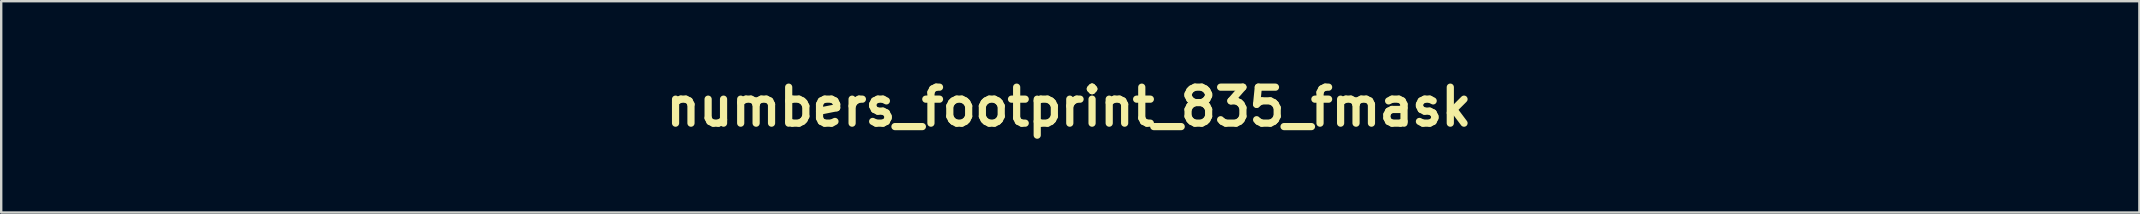
<source format=kicad_pcb>
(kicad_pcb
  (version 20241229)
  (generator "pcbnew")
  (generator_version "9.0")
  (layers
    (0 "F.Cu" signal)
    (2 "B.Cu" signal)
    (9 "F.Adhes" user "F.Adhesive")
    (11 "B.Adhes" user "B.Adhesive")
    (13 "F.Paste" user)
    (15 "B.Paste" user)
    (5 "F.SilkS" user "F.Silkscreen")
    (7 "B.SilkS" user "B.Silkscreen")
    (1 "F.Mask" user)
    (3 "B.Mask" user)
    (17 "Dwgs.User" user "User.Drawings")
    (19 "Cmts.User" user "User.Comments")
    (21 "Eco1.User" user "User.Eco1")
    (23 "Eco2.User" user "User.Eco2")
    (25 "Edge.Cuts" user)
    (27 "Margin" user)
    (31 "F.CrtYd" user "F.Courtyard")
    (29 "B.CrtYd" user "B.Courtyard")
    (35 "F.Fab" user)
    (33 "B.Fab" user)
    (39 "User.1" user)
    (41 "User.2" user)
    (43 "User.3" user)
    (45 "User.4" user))
  (footprint "numbers_footprint_835_fmask"
    (layer "F.Cu")
    (at 41.495 1.404)
    (property "Reference" "numbers_footprint_835_fmask" (at 0 0 0) (layer "F.SilkS") (effects (font (size 1.5 1.5) (thickness 0.3))))
    (attr board_only exclude_from_pos_files exclude_from_bom)
    (fp_poly (pts (xy -40.725 -1.115) (xy -40.707 -1.114) (xy -40.694 -1.113) (xy -40.685 -1.111) (xy -40.677 -1.108) (xy -40.67 -1.104) (xy -40.667 -1.102) (xy -40.664 -1.101) (xy -40.662 -1.1) (xy -40.66 -1.099) (xy -40.658 -1.097) (xy -40.656 -1.095) (xy -40.654 -1.092) (xy -40.652 -1.088) (xy -40.651 -1.083) (xy -40.65 -1.076) (xy -40.648 -1.067) (xy -40.647 -1.055) (xy -40.646 -1.041) (xy -40.646 -1.025) (xy -40.645 -1.005) (xy -40.644 -0.982) (xy -40.644 -0.955) (xy -40.644 -0.924) (xy -40.643 -0.889) (xy -40.643 -0.85) (xy -40.643 -0.806) (xy -40.643 -0.757) (xy -40.643 -0.702) (xy -40.643 -0.642) (xy -40.643 -0.577) (xy -40.643 -0.505) (xy -40.643 -0.427) (xy -40.643 -0.342) (xy -40.643 -0.25) (xy -40.643 -0.151) (xy -40.643 -0.15) (xy -40.643 0.768) (xy -40.428 0.768) (xy -40.213 0.768) (xy -40.213 0.846) (xy -40.213 0.925) (xy -40.833 0.925) (xy -41.453 0.925) (xy -41.453 0.846) (xy -41.453 0.768) (xy -41.24 0.768) (xy -41.027 0.768) (xy -41.027 -0.023) (xy -41.027 -0.814) (xy -41.036 -0.811) (xy -41.099 -0.795) (xy -41.16 -0.782) (xy -41.223 -0.772) (xy -41.288 -0.765) (xy -41.357 -0.76) (xy -41.411 -0.758) (xy -41.495 -0.755) (xy -41.495 -0.834) (xy -41.495 -0.913) (xy -41.43 -0.915) (xy -41.343 -0.92) (xy -41.263 -0.927) (xy -41.189 -0.937) (xy -41.12 -0.95) (xy -41.056 -0.966) (xy -40.997 -0.984) (xy -40.942 -1.006) (xy -40.89 -1.032) (xy -40.841 -1.061) (xy -40.796 -1.093) (xy -40.766 -1.116)) (stroke (width 0) (type solid)) (fill yes) (layer "F.Mask"))
    (fp_poly (pts (xy -10.44 -1.103) (xy -10.431 -1.102) (xy -10.425 -1.101) (xy -10.42 -1.099) (xy -10.416 -1.097) (xy -10.406 -1.088) (xy -10.398 -1.078) (xy -10.398 -1.077) (xy -10.397 -1.075) (xy -10.396 -1.073) (xy -10.395 -1.07) (xy -10.395 -1.065) (xy -10.394 -1.059) (xy -10.394 -1.051) (xy -10.393 -1.041) (xy -10.393 -1.028) (xy -10.392 -1.012) (xy -10.392 -0.993) (xy -10.392 -0.971) (xy -10.391 -0.945) (xy -10.391 -0.914) (xy -10.391 -0.879) (xy -10.391 -0.839) (xy -10.391 -0.794) (xy -10.391 -0.744) (xy -10.39 -0.688) (xy -10.39 -0.625) (xy -10.39 -0.556) (xy -10.39 -0.481) (xy -10.39 -0.398) (xy -10.39 -0.39) (xy -10.389 0.286) (xy -10.241 0.286) (xy -10.094 0.286) (xy -10.094 0.364) (xy -10.094 0.443) (xy -10.241 0.443) (xy -10.389 0.443) (xy -10.389 0.605) (xy -10.389 0.768) (xy -10.241 0.768) (xy -10.094 0.768) (xy -10.094 0.846) (xy -10.094 0.925) (xy -10.619 0.925) (xy -11.144 0.925) (xy -11.144 0.846) (xy -11.144 0.768) (xy -10.968 0.768) (xy -10.793 0.768) (xy -10.793 0.605) (xy -10.793 0.443) (xy -11.237 0.443) (xy -11.682 0.443) (xy -11.682 0.363) (xy -11.682 0.283) (xy -11.68 0.281) (xy -11.5 0.281) (xy -11.499 0.282) (xy -11.495 0.283) (xy -11.487 0.283) (xy -11.475 0.284) (xy -11.458 0.284) (xy -11.437 0.285) (xy -11.411 0.285) (xy -11.379 0.285) (xy -11.342 0.286) (xy -11.299 0.286) (xy -11.249 0.286) (xy -11.192 0.286) (xy -11.131 0.286) (xy -10.759 0.286) (xy -10.759 -0.178) (xy -10.759 -0.247) (xy -10.759 -0.308) (xy -10.759 -0.363) (xy -10.759 -0.411) (xy -10.759 -0.454) (xy -10.759 -0.49) (xy -10.759 -0.522) (xy -10.76 -0.549) (xy -10.76 -0.571) (xy -10.76 -0.589) (xy -10.76 -0.604) (xy -10.761 -0.615) (xy -10.761 -0.624) (xy -10.762 -0.63) (xy -10.763 -0.634) (xy -10.763 -0.636) (xy -10.764 -0.636) (xy -10.765 -0.636) (xy -10.766 -0.635) (xy -10.769 -0.631) (xy -10.776 -0.622) (xy -10.788 -0.608) (xy -10.803 -0.589) (xy -10.822 -0.566) (xy -10.843 -0.539) (xy -10.868 -0.509) (xy -10.895 -0.475) (xy -10.924 -0.439) (xy -10.955 -0.4) (xy -10.988 -0.359) (xy -11.022 -0.317) (xy -11.057 -0.273) (xy -11.092 -0.229) (xy -11.128 -0.184) (xy -11.164 -0.139) (xy -11.2 -0.094) (xy -11.235 -0.051) (xy -11.269 -0.008) (xy -11.302 0.033) (xy -11.334 0.073) (xy -11.364 0.11) (xy -11.391 0.145) (xy -11.416 0.176) (xy -11.439 0.204) (xy -11.458 0.229) (xy -11.475 0.249) (xy -11.487 0.265) (xy -11.495 0.275) (xy -11.5 0.281) (xy -11.5 0.281) (xy -11.68 0.281) (xy -11.132 -0.403) (xy -11.082 -0.466) (xy -11.033 -0.527) (xy -10.985 -0.587) (xy -10.939 -0.645) (xy -10.894 -0.7) (xy -10.852 -0.753) (xy -10.811 -0.803) (xy -10.773 -0.85) (xy -10.738 -0.894) (xy -10.706 -0.934) (xy -10.676 -0.97) (xy -10.65 -1.002) (xy -10.627 -1.03) (xy -10.608 -1.054) (xy -10.593 -1.072) (xy -10.582 -1.085) (xy -10.575 -1.093) (xy -10.573 -1.096) (xy -10.568 -1.098) (xy -10.562 -1.1) (xy -10.553 -1.101) (xy -10.539 -1.102) (xy -10.52 -1.103) (xy -10.496 -1.103) (xy -10.471 -1.104) (xy -10.453 -1.104)) (stroke (width 0) (type solid)) (fill yes) (layer "F.Mask"))
    (fp_poly (pts (xy 18.658 -1.169) (xy 18.661 -1.151) (xy 18.672 -1.135) (xy 18.69 -1.121) (xy 18.715 -1.109) (xy 18.719 -1.108) (xy 18.727 -1.105) (xy 18.735 -1.103) (xy 18.745 -1.102) (xy 18.758 -1.1) (xy 18.774 -1.099) (xy 18.796 -1.097) (xy 18.822 -1.096) (xy 18.856 -1.095) (xy 18.856 -1.095) (xy 18.932 -1.091) (xy 19.003 -1.088) (xy 19.069 -1.086) (xy 19.133 -1.084) (xy 19.195 -1.082) (xy 19.257 -1.081) (xy 19.319 -1.08) (xy 19.384 -1.079) (xy 19.452 -1.078) (xy 19.525 -1.078) (xy 19.604 -1.078) (xy 19.613 -1.078) (xy 19.928 -1.078) (xy 19.928 -1.017) (xy 19.928 -0.994) (xy 19.928 -0.977) (xy 19.927 -0.965) (xy 19.926 -0.957) (xy 19.924 -0.951) (xy 19.921 -0.946) (xy 19.919 -0.943) (xy 19.916 -0.938) (xy 19.908 -0.929) (xy 19.895 -0.914) (xy 19.879 -0.895) (xy 19.859 -0.872) (xy 19.836 -0.845) (xy 19.811 -0.815) (xy 19.782 -0.782) (xy 19.752 -0.747) (xy 19.72 -0.71) (xy 19.686 -0.671) (xy 19.668 -0.65) (xy 19.634 -0.61) (xy 19.6 -0.571) (xy 19.568 -0.534) (xy 19.537 -0.498) (xy 19.509 -0.465) (xy 19.483 -0.435) (xy 19.46 -0.408) (xy 19.44 -0.385) (xy 19.424 -0.366) (xy 19.412 -0.351) (xy 19.404 -0.341) (xy 19.403 -0.339) (xy 19.366 -0.285) (xy 19.332 -0.225) (xy 19.303 -0.159) (xy 19.276 -0.088) (xy 19.253 -0.01) (xy 19.234 0.074) (xy 19.218 0.164) (xy 19.205 0.26) (xy 19.196 0.362) (xy 19.195 0.378) (xy 19.194 0.399) (xy 19.193 0.426) (xy 19.192 0.458) (xy 19.191 0.493) (xy 19.19 0.53) (xy 19.189 0.569) (xy 19.188 0.607) (xy 19.188 0.652) (xy 19.187 0.69) (xy 19.186 0.722) (xy 19.185 0.748) (xy 19.185 0.769) (xy 19.184 0.785) (xy 19.183 0.798) (xy 19.181 0.807) (xy 19.18 0.814) (xy 19.18 0.815) (xy 19.166 0.85) (xy 19.146 0.881) (xy 19.121 0.908) (xy 19.092 0.93) (xy 19.06 0.946) (xy 19.041 0.953) (xy 19.022 0.956) (xy 18.999 0.958) (xy 18.975 0.958) (xy 18.952 0.956) (xy 18.934 0.953) (xy 18.933 0.953) (xy 18.9 0.94) (xy 18.869 0.921) (xy 18.842 0.896) (xy 18.818 0.868) (xy 18.801 0.836) (xy 18.789 0.802) (xy 18.788 0.799) (xy 18.787 0.786) (xy 18.786 0.766) (xy 18.785 0.743) (xy 18.786 0.715) (xy 18.787 0.686) (xy 18.788 0.655) (xy 18.79 0.625) (xy 18.792 0.597) (xy 18.794 0.581) (xy 18.811 0.472) (xy 18.835 0.363) (xy 18.867 0.255) (xy 18.906 0.149) (xy 18.952 0.043) (xy 19.006 -0.061) (xy 19.066 -0.164) (xy 19.134 -0.266) (xy 19.153 -0.291) (xy 19.165 -0.308) (xy 19.177 -0.324) (xy 19.189 -0.34) (xy 19.201 -0.356) (xy 19.215 -0.373) (xy 19.23 -0.391) (xy 19.247 -0.412) (xy 19.266 -0.436) (xy 19.289 -0.463) (xy 19.316 -0.494) (xy 19.347 -0.53) (xy 19.355 -0.541) (xy 19.472 -0.678) (xy 19.279 -0.678) (xy 19.206 -0.678) (xy 19.136 -0.678) (xy 19.069 -0.677) (xy 19.005 -0.676) (xy 18.945 -0.675) (xy 18.889 -0.674) (xy 18.837 -0.673) (xy 18.79 -0.671) (xy 18.749 -0.67) (xy 18.713 -0.668) (xy 18.683 -0.666) (xy 18.66 -0.664) (xy 18.643 -0.662) (xy 18.633 -0.659) (xy 18.624 -0.652) (xy 18.614 -0.639) (xy 18.605 -0.619) (xy 18.595 -0.594) (xy 18.586 -0.564) (xy 18.577 -0.53) (xy 18.569 -0.493) (xy 18.561 -0.454) (xy 18.557 -0.422) (xy 18.555 -0.407) (xy 18.554 -0.395) (xy 18.552 -0.387) (xy 18.548 -0.381) (xy 18.542 -0.378) (xy 18.532 -0.376) (xy 18.518 -0.375) (xy 18.499 -0.375) (xy 18.473 -0.376) (xy 18.469 -0.376) (xy 18.388 -0.376) (xy 18.39 -0.388) (xy 18.391 -0.393) (xy 18.393 -0.405) (xy 18.395 -0.424) (xy 18.399 -0.448) (xy 18.403 -0.478) (xy 18.408 -0.513) (xy 18.413 -0.552) (xy 18.419 -0.595) (xy 18.425 -0.641) (xy 18.432 -0.69) (xy 18.439 -0.742) (xy 18.445 -0.785) (xy 18.452 -0.837) (xy 18.459 -0.888) (xy 18.466 -0.936) (xy 18.472 -0.982) (xy 18.477 -1.023) (xy 18.483 -1.061) (xy 18.487 -1.094) (xy 18.491 -1.122) (xy 18.494 -1.145) (xy 18.497 -1.161) (xy 18.498 -1.171) (xy 18.499 -1.174) (xy 18.501 -1.176) (xy 18.508 -1.177) (xy 18.519 -1.178) (xy 18.536 -1.179) (xy 18.56 -1.179) (xy 18.579 -1.179) (xy 18.658 -1.179)) (stroke (width 0) (type solid)) (fill yes) (layer "F.Mask"))
    (fp_poly (pts (xy -39.026 -1.113) (xy -38.991 -1.112) (xy -38.96 -1.111) (xy -38.933 -1.108) (xy -38.92 -1.107) (xy -38.87 -1.098) (xy -38.826 -1.087) (xy -38.784 -1.074) (xy -38.744 -1.059) (xy -38.713 -1.044) (xy -38.663 -1.017) (xy -38.618 -0.986) (xy -38.575 -0.949) (xy -38.568 -0.942) (xy -38.519 -0.889) (xy -38.476 -0.831) (xy -38.439 -0.768) (xy -38.408 -0.702) (xy -38.39 -0.654) (xy -38.373 -0.595) (xy -38.358 -0.529) (xy -38.345 -0.458) (xy -38.334 -0.383) (xy -38.326 -0.304) (xy -38.32 -0.222) (xy -38.316 -0.138) (xy -38.315 -0.052) (xy -38.317 0.033) (xy -38.321 0.118) (xy -38.328 0.201) (xy -38.334 0.248) (xy -38.347 0.332) (xy -38.364 0.412) (xy -38.385 0.486) (xy -38.411 0.555) (xy -38.44 0.619) (xy -38.474 0.677) (xy -38.507 0.725) (xy -38.55 0.774) (xy -38.598 0.817) (xy -38.651 0.855) (xy -38.708 0.886) (xy -38.771 0.913) (xy -38.838 0.933) (xy -38.91 0.948) (xy -38.916 0.949) (xy -38.931 0.951) (xy -38.951 0.952) (xy -38.976 0.954) (xy -39.004 0.955) (xy -39.034 0.956) (xy -39.064 0.957) (xy -39.093 0.957) (xy -39.12 0.957) (xy -39.143 0.957) (xy -39.161 0.957) (xy -39.169 0.956) (xy -39.242 0.946) (xy -39.31 0.932) (xy -39.372 0.914) (xy -39.428 0.892) (xy -39.48 0.865) (xy -39.527 0.834) (xy -39.57 0.798) (xy -39.582 0.787) (xy -39.618 0.745) (xy -39.652 0.697) (xy -39.683 0.643) (xy -39.712 0.583) (xy -39.737 0.518) (xy -39.759 0.447) (xy -39.779 0.372) (xy -39.795 0.292) (xy -39.807 0.209) (xy -39.816 0.122) (xy -39.822 0.033) (xy -39.824 -0.06) (xy -39.823 -0.108) (xy -39.41 -0.108) (xy -39.409 -0.014) (xy -39.409 0.073) (xy -39.407 0.153) (xy -39.406 0.226) (xy -39.404 0.292) (xy -39.401 0.352) (xy -39.398 0.407) (xy -39.394 0.455) (xy -39.39 0.497) (xy -39.385 0.534) (xy -39.38 0.566) (xy -39.374 0.593) (xy -39.374 0.594) (xy -39.368 0.612) (xy -39.358 0.634) (xy -39.347 0.657) (xy -39.335 0.679) (xy -39.323 0.697) (xy -39.322 0.699) (xy -39.289 0.737) (xy -39.253 0.77) (xy -39.213 0.796) (xy -39.172 0.815) (xy -39.128 0.828) (xy -39.084 0.834) (xy -39.038 0.832) (xy -39.02 0.829) (xy -38.975 0.819) (xy -38.935 0.802) (xy -38.897 0.779) (xy -38.861 0.749) (xy -38.849 0.738) (xy -38.834 0.721) (xy -38.82 0.705) (xy -38.807 0.687) (xy -38.796 0.669) (xy -38.786 0.648) (xy -38.777 0.626) (xy -38.769 0.601) (xy -38.762 0.574) (xy -38.756 0.543) (xy -38.751 0.508) (xy -38.746 0.469) (xy -38.742 0.426) (xy -38.739 0.377) (xy -38.736 0.323) (xy -38.734 0.263) (xy -38.732 0.196) (xy -38.73 0.123) (xy -38.73 0.081) (xy -38.728 0.001) (xy -38.728 -0.078) (xy -38.728 -0.157) (xy -38.728 -0.233) (xy -38.729 -0.307) (xy -38.731 -0.377) (xy -38.733 -0.444) (xy -38.736 -0.506) (xy -38.739 -0.562) (xy -38.742 -0.612) (xy -38.746 -0.656) (xy -38.747 -0.658) (xy -38.751 -0.695) (xy -38.756 -0.726) (xy -38.761 -0.752) (xy -38.767 -0.775) (xy -38.775 -0.796) (xy -38.785 -0.817) (xy -38.785 -0.818) (xy -38.809 -0.859) (xy -38.838 -0.894) (xy -38.872 -0.925) (xy -38.912 -0.95) (xy -38.922 -0.955) (xy -38.955 -0.97) (xy -38.985 -0.98) (xy -39.015 -0.986) (xy -39.048 -0.989) (xy -39.064 -0.99) (xy -39.104 -0.988) (xy -39.14 -0.983) (xy -39.175 -0.973) (xy -39.19 -0.967) (xy -39.233 -0.946) (xy -39.272 -0.919) (xy -39.306 -0.887) (xy -39.335 -0.852) (xy -39.357 -0.812) (xy -39.374 -0.769) (xy -39.377 -0.756) (xy -39.383 -0.731) (xy -39.388 -0.701) (xy -39.392 -0.666) (xy -39.396 -0.627) (xy -39.399 -0.583) (xy -39.402 -0.533) (xy -39.404 -0.478) (xy -39.406 -0.416) (xy -39.408 -0.349) (xy -39.409 -0.274) (xy -39.409 -0.193) (xy -39.41 -0.108) (xy -39.823 -0.108) (xy -39.822 -0.155) (xy -39.821 -0.187) (xy -39.815 -0.278) (xy -39.807 -0.362) (xy -39.797 -0.439) (xy -39.784 -0.511) (xy -39.769 -0.578) (xy -39.751 -0.639) (xy -39.731 -0.696) (xy -39.707 -0.749) (xy -39.681 -0.799) (xy -39.651 -0.845) (xy -39.64 -0.861) (xy -39.598 -0.912) (xy -39.553 -0.957) (xy -39.506 -0.996) (xy -39.454 -1.029) (xy -39.398 -1.057) (xy -39.337 -1.079) (xy -39.272 -1.097) (xy -39.219 -1.107) (xy -39.196 -1.109) (xy -39.168 -1.111) (xy -39.135 -1.113) (xy -39.099 -1.114) (xy -39.062 -1.114)) (stroke (width 0) (type solid)) (fill yes) (layer "F.Mask"))
    (fp_poly (pts (xy -29.035 -1.113) (xy -29 -1.112) (xy -28.968 -1.111) (xy -28.942 -1.108) (xy -28.929 -1.107) (xy -28.879 -1.098) (xy -28.835 -1.087) (xy -28.793 -1.074) (xy -28.753 -1.059) (xy -28.722 -1.044) (xy -28.672 -1.017) (xy -28.627 -0.986) (xy -28.584 -0.949) (xy -28.577 -0.942) (xy -28.528 -0.889) (xy -28.485 -0.831) (xy -28.448 -0.768) (xy -28.417 -0.702) (xy -28.399 -0.654) (xy -28.382 -0.595) (xy -28.366 -0.529) (xy -28.353 -0.458) (xy -28.343 -0.383) (xy -28.335 -0.304) (xy -28.329 -0.222) (xy -28.325 -0.138) (xy -28.324 -0.052) (xy -28.326 0.033) (xy -28.33 0.118) (xy -28.337 0.201) (xy -28.343 0.248) (xy -28.355 0.332) (xy -28.373 0.412) (xy -28.394 0.486) (xy -28.42 0.555) (xy -28.449 0.619) (xy -28.483 0.677) (xy -28.516 0.725) (xy -28.559 0.774) (xy -28.607 0.817) (xy -28.66 0.855) (xy -28.717 0.886) (xy -28.78 0.913) (xy -28.847 0.933) (xy -28.919 0.948) (xy -28.925 0.949) (xy -28.939 0.951) (xy -28.96 0.952) (xy -28.984 0.954) (xy -29.013 0.955) (xy -29.042 0.956) (xy -29.073 0.957) (xy -29.102 0.957) (xy -29.129 0.957) (xy -29.152 0.957) (xy -29.17 0.957) (xy -29.177 0.956) (xy -29.251 0.946) (xy -29.319 0.932) (xy -29.38 0.914) (xy -29.437 0.892) (xy -29.489 0.865) (xy -29.536 0.834) (xy -29.579 0.798) (xy -29.59 0.787) (xy -29.627 0.745) (xy -29.661 0.697) (xy -29.692 0.643) (xy -29.721 0.583) (xy -29.746 0.518) (xy -29.768 0.447) (xy -29.787 0.372) (xy -29.803 0.292) (xy -29.816 0.209) (xy -29.825 0.122) (xy -29.831 0.033) (xy -29.833 -0.06) (xy -29.832 -0.108) (xy -29.418 -0.108) (xy -29.418 -0.014) (xy -29.418 0.073) (xy -29.416 0.153) (xy -29.415 0.226) (xy -29.413 0.292) (xy -29.41 0.352) (xy -29.407 0.407) (xy -29.403 0.455) (xy -29.399 0.497) (xy -29.394 0.534) (xy -29.389 0.566) (xy -29.383 0.593) (xy -29.383 0.594) (xy -29.376 0.612) (xy -29.367 0.634) (xy -29.356 0.657) (xy -29.344 0.679) (xy -29.332 0.697) (xy -29.331 0.699) (xy -29.298 0.737) (xy -29.261 0.77) (xy -29.222 0.796) (xy -29.181 0.815) (xy -29.137 0.828) (xy -29.093 0.834) (xy -29.047 0.832) (xy -29.029 0.829) (xy -28.984 0.819) (xy -28.944 0.802) (xy -28.906 0.779) (xy -28.87 0.749) (xy -28.858 0.738) (xy -28.843 0.721) (xy -28.829 0.705) (xy -28.816 0.687) (xy -28.805 0.669) (xy -28.794 0.648) (xy -28.786 0.626) (xy -28.778 0.601) (xy -28.771 0.574) (xy -28.765 0.543) (xy -28.759 0.508) (xy -28.755 0.469) (xy -28.751 0.426) (xy -28.748 0.377) (xy -28.745 0.323) (xy -28.743 0.263) (xy -28.741 0.196) (xy -28.739 0.123) (xy -28.738 0.081) (xy -28.737 0.001) (xy -28.737 -0.078) (xy -28.737 -0.157) (xy -28.737 -0.233) (xy -28.738 -0.307) (xy -28.74 -0.377) (xy -28.742 -0.444) (xy -28.745 -0.506) (xy -28.748 -0.562) (xy -28.751 -0.612) (xy -28.755 -0.656) (xy -28.755 -0.658) (xy -28.76 -0.695) (xy -28.765 -0.726) (xy -28.77 -0.752) (xy -28.776 -0.775) (xy -28.784 -0.796) (xy -28.793 -0.817) (xy -28.794 -0.818) (xy -28.818 -0.859) (xy -28.847 -0.894) (xy -28.881 -0.925) (xy -28.921 -0.95) (xy -28.931 -0.955) (xy -28.964 -0.97) (xy -28.994 -0.98) (xy -29.024 -0.986) (xy -29.057 -0.989) (xy -29.073 -0.99) (xy -29.113 -0.988) (xy -29.149 -0.983) (xy -29.183 -0.973) (xy -29.199 -0.967) (xy -29.242 -0.946) (xy -29.281 -0.919) (xy -29.315 -0.887) (xy -29.344 -0.852) (xy -29.366 -0.812) (xy -29.383 -0.769) (xy -29.386 -0.756) (xy -29.392 -0.731) (xy -29.396 -0.701) (xy -29.401 -0.666) (xy -29.405 -0.627) (xy -29.408 -0.583) (xy -29.411 -0.533) (xy -29.413 -0.478) (xy -29.415 -0.416) (xy -29.417 -0.349) (xy -29.418 -0.274) (xy -29.418 -0.193) (xy -29.418 -0.108) (xy -29.832 -0.108) (xy -29.831 -0.155) (xy -29.83 -0.187) (xy -29.824 -0.278) (xy -29.816 -0.362) (xy -29.806 -0.439) (xy -29.793 -0.511) (xy -29.778 -0.578) (xy -29.76 -0.639) (xy -29.74 -0.696) (xy -29.716 -0.749) (xy -29.69 -0.799) (xy -29.66 -0.845) (xy -29.649 -0.861) (xy -29.607 -0.912) (xy -29.562 -0.957) (xy -29.514 -0.996) (xy -29.463 -1.029) (xy -29.407 -1.057) (xy -29.346 -1.079) (xy -29.281 -1.097) (xy -29.228 -1.107) (xy -29.205 -1.109) (xy -29.177 -1.111) (xy -29.144 -1.113) (xy -29.108 -1.114) (xy -29.071 -1.114)) (stroke (width 0) (type solid)) (fill yes) (layer "F.Mask"))
    (fp_poly (pts (xy -19.044 -1.113) (xy -19.009 -1.112) (xy -18.977 -1.111) (xy -18.951 -1.108) (xy -18.938 -1.107) (xy -18.888 -1.098) (xy -18.844 -1.087) (xy -18.802 -1.074) (xy -18.762 -1.059) (xy -18.731 -1.044) (xy -18.681 -1.017) (xy -18.636 -0.986) (xy -18.593 -0.949) (xy -18.586 -0.942) (xy -18.537 -0.889) (xy -18.494 -0.831) (xy -18.457 -0.768) (xy -18.426 -0.702) (xy -18.408 -0.654) (xy -18.39 -0.595) (xy -18.375 -0.529) (xy -18.362 -0.458) (xy -18.352 -0.383) (xy -18.343 -0.304) (xy -18.338 -0.222) (xy -18.334 -0.138) (xy -18.333 -0.052) (xy -18.335 0.033) (xy -18.339 0.118) (xy -18.346 0.201) (xy -18.352 0.248) (xy -18.364 0.332) (xy -18.382 0.412) (xy -18.403 0.486) (xy -18.429 0.555) (xy -18.458 0.619) (xy -18.492 0.677) (xy -18.525 0.725) (xy -18.568 0.774) (xy -18.616 0.817) (xy -18.669 0.855) (xy -18.726 0.886) (xy -18.788 0.913) (xy -18.856 0.933) (xy -18.928 0.948) (xy -18.934 0.949) (xy -18.948 0.951) (xy -18.969 0.952) (xy -18.993 0.954) (xy -19.021 0.955) (xy -19.051 0.956) (xy -19.082 0.957) (xy -19.111 0.957) (xy -19.138 0.957) (xy -19.161 0.957) (xy -19.179 0.957) (xy -19.186 0.956) (xy -19.26 0.946) (xy -19.327 0.932) (xy -19.389 0.914) (xy -19.446 0.892) (xy -19.498 0.865) (xy -19.545 0.834) (xy -19.588 0.798) (xy -19.599 0.787) (xy -19.636 0.745) (xy -19.67 0.697) (xy -19.701 0.643) (xy -19.729 0.583) (xy -19.755 0.518) (xy -19.777 0.447) (xy -19.796 0.372) (xy -19.812 0.292) (xy -19.825 0.209) (xy -19.834 0.122) (xy -19.84 0.033) (xy -19.842 -0.06) (xy -19.841 -0.108) (xy -19.427 -0.108) (xy -19.427 -0.014) (xy -19.426 0.073) (xy -19.425 0.153) (xy -19.424 0.226) (xy -19.421 0.292) (xy -19.419 0.352) (xy -19.416 0.407) (xy -19.412 0.455) (xy -19.408 0.497) (xy -19.403 0.534) (xy -19.397 0.566) (xy -19.392 0.593) (xy -19.391 0.594) (xy -19.385 0.612) (xy -19.376 0.634) (xy -19.365 0.657) (xy -19.353 0.679) (xy -19.341 0.697) (xy -19.339 0.699) (xy -19.307 0.737) (xy -19.27 0.77) (xy -19.231 0.796) (xy -19.19 0.815) (xy -19.146 0.828) (xy -19.101 0.834) (xy -19.056 0.832) (xy -19.037 0.829) (xy -18.993 0.819) (xy -18.953 0.802) (xy -18.915 0.779) (xy -18.879 0.749) (xy -18.867 0.738) (xy -18.851 0.721) (xy -18.837 0.705) (xy -18.825 0.687) (xy -18.813 0.669) (xy -18.803 0.648) (xy -18.794 0.626) (xy -18.786 0.601) (xy -18.78 0.574) (xy -18.774 0.543) (xy -18.768 0.508) (xy -18.764 0.469) (xy -18.76 0.426) (xy -18.757 0.377) (xy -18.754 0.323) (xy -18.752 0.263) (xy -18.75 0.196) (xy -18.748 0.123) (xy -18.747 0.081) (xy -18.746 0.001) (xy -18.746 -0.078) (xy -18.746 -0.157) (xy -18.746 -0.233) (xy -18.747 -0.307) (xy -18.749 -0.377) (xy -18.751 -0.444) (xy -18.753 -0.506) (xy -18.757 -0.562) (xy -18.76 -0.612) (xy -18.764 -0.656) (xy -18.764 -0.658) (xy -18.769 -0.695) (xy -18.773 -0.726) (xy -18.779 -0.752) (xy -18.785 -0.775) (xy -18.793 -0.796) (xy -18.802 -0.817) (xy -18.803 -0.818) (xy -18.827 -0.859) (xy -18.856 -0.894) (xy -18.89 -0.925) (xy -18.93 -0.95) (xy -18.94 -0.955) (xy -18.973 -0.97) (xy -19.003 -0.98) (xy -19.033 -0.986) (xy -19.066 -0.989) (xy -19.082 -0.99) (xy -19.122 -0.988) (xy -19.158 -0.983) (xy -19.192 -0.973) (xy -19.208 -0.967) (xy -19.251 -0.946) (xy -19.29 -0.919) (xy -19.324 -0.887) (xy -19.352 -0.852) (xy -19.375 -0.812) (xy -19.392 -0.769) (xy -19.395 -0.756) (xy -19.4 -0.731) (xy -19.405 -0.701) (xy -19.41 -0.666) (xy -19.414 -0.627) (xy -19.417 -0.583) (xy -19.42 -0.533) (xy -19.422 -0.478) (xy -19.424 -0.416) (xy -19.426 -0.349) (xy -19.427 -0.274) (xy -19.427 -0.193) (xy -19.427 -0.108) (xy -19.841 -0.108) (xy -19.84 -0.155) (xy -19.839 -0.187) (xy -19.833 -0.278) (xy -19.825 -0.362) (xy -19.815 -0.439) (xy -19.802 -0.511) (xy -19.787 -0.578) (xy -19.769 -0.639) (xy -19.748 -0.696) (xy -19.725 -0.749) (xy -19.698 -0.799) (xy -19.669 -0.845) (xy -19.657 -0.861) (xy -19.616 -0.912) (xy -19.571 -0.957) (xy -19.523 -0.996) (xy -19.472 -1.029) (xy -19.416 -1.057) (xy -19.355 -1.079) (xy -19.29 -1.097) (xy -19.237 -1.107) (xy -19.214 -1.109) (xy -19.186 -1.111) (xy -19.153 -1.113) (xy -19.117 -1.114) (xy -19.08 -1.114)) (stroke (width 0) (type solid)) (fill yes) (layer "F.Mask"))
    (fp_poly (pts (xy -9.052 -1.113) (xy -9.018 -1.112) (xy -8.986 -1.111) (xy -8.96 -1.108) (xy -8.947 -1.107) (xy -8.897 -1.098) (xy -8.852 -1.087) (xy -8.811 -1.074) (xy -8.771 -1.059) (xy -8.739 -1.044) (xy -8.69 -1.017) (xy -8.645 -0.986) (xy -8.602 -0.949) (xy -8.594 -0.942) (xy -8.546 -0.889) (xy -8.503 -0.831) (xy -8.465 -0.768) (xy -8.434 -0.702) (xy -8.417 -0.654) (xy -8.399 -0.595) (xy -8.384 -0.529) (xy -8.371 -0.458) (xy -8.361 -0.383) (xy -8.352 -0.304) (xy -8.346 -0.222) (xy -8.343 -0.138) (xy -8.342 -0.052) (xy -8.344 0.033) (xy -8.348 0.118) (xy -8.355 0.201) (xy -8.36 0.248) (xy -8.373 0.332) (xy -8.39 0.412) (xy -8.412 0.486) (xy -8.437 0.555) (xy -8.467 0.619) (xy -8.5 0.677) (xy -8.534 0.725) (xy -8.577 0.774) (xy -8.625 0.817) (xy -8.678 0.855) (xy -8.735 0.886) (xy -8.797 0.913) (xy -8.864 0.933) (xy -8.936 0.948) (xy -8.943 0.949) (xy -8.957 0.951) (xy -8.977 0.952) (xy -9.002 0.954) (xy -9.03 0.955) (xy -9.06 0.956) (xy -9.091 0.957) (xy -9.12 0.957) (xy -9.147 0.957) (xy -9.17 0.957) (xy -9.188 0.957) (xy -9.195 0.956) (xy -9.269 0.946) (xy -9.336 0.932) (xy -9.398 0.914) (xy -9.455 0.892) (xy -9.506 0.865) (xy -9.554 0.834) (xy -9.597 0.798) (xy -9.608 0.787) (xy -9.645 0.745) (xy -9.679 0.697) (xy -9.71 0.643) (xy -9.738 0.583) (xy -9.764 0.518) (xy -9.786 0.447) (xy -9.805 0.372) (xy -9.821 0.292) (xy -9.834 0.209) (xy -9.843 0.122) (xy -9.849 0.033) (xy -9.851 -0.06) (xy -9.85 -0.108) (xy -9.436 -0.108) (xy -9.436 -0.014) (xy -9.435 0.073) (xy -9.434 0.153) (xy -9.432 0.226) (xy -9.43 0.292) (xy -9.428 0.352) (xy -9.424 0.407) (xy -9.421 0.455) (xy -9.417 0.497) (xy -9.412 0.534) (xy -9.406 0.566) (xy -9.4 0.593) (xy -9.4 0.594) (xy -9.394 0.612) (xy -9.385 0.634) (xy -9.374 0.657) (xy -9.362 0.679) (xy -9.35 0.697) (xy -9.348 0.699) (xy -9.315 0.737) (xy -9.279 0.77) (xy -9.24 0.796) (xy -9.199 0.815) (xy -9.155 0.828) (xy -9.11 0.834) (xy -9.065 0.832) (xy -9.046 0.829) (xy -9.002 0.819) (xy -8.961 0.802) (xy -8.924 0.779) (xy -8.887 0.749) (xy -8.876 0.738) (xy -8.86 0.721) (xy -8.846 0.705) (xy -8.834 0.687) (xy -8.822 0.669) (xy -8.812 0.648) (xy -8.803 0.626) (xy -8.795 0.601) (xy -8.788 0.574) (xy -8.782 0.543) (xy -8.777 0.508) (xy -8.773 0.469) (xy -8.769 0.426) (xy -8.766 0.377) (xy -8.763 0.323) (xy -8.761 0.263) (xy -8.759 0.196) (xy -8.757 0.123) (xy -8.756 0.081) (xy -8.755 0.001) (xy -8.754 -0.078) (xy -8.754 -0.157) (xy -8.755 -0.233) (xy -8.756 -0.307) (xy -8.758 -0.377) (xy -8.76 -0.444) (xy -8.762 -0.506) (xy -8.765 -0.562) (xy -8.769 -0.612) (xy -8.773 -0.656) (xy -8.773 -0.658) (xy -8.778 -0.695) (xy -8.782 -0.726) (xy -8.788 -0.752) (xy -8.794 -0.775) (xy -8.802 -0.796) (xy -8.811 -0.817) (xy -8.812 -0.818) (xy -8.836 -0.859) (xy -8.865 -0.894) (xy -8.899 -0.925) (xy -8.939 -0.95) (xy -8.949 -0.955) (xy -8.981 -0.97) (xy -9.012 -0.98) (xy -9.042 -0.986) (xy -9.075 -0.989) (xy -9.091 -0.99) (xy -9.131 -0.988) (xy -9.167 -0.983) (xy -9.201 -0.973) (xy -9.217 -0.967) (xy -9.26 -0.946) (xy -9.299 -0.919) (xy -9.333 -0.887) (xy -9.361 -0.852) (xy -9.384 -0.812) (xy -9.4 -0.769) (xy -9.404 -0.756) (xy -9.409 -0.731) (xy -9.414 -0.701) (xy -9.419 -0.666) (xy -9.423 -0.627) (xy -9.426 -0.583) (xy -9.429 -0.533) (xy -9.431 -0.478) (xy -9.433 -0.416) (xy -9.434 -0.349) (xy -9.435 -0.274) (xy -9.436 -0.193) (xy -9.436 -0.108) (xy -9.85 -0.108) (xy -9.849 -0.155) (xy -9.848 -0.187) (xy -9.842 -0.278) (xy -9.834 -0.362) (xy -9.824 -0.439) (xy -9.811 -0.511) (xy -9.796 -0.578) (xy -9.778 -0.639) (xy -9.757 -0.696) (xy -9.734 -0.749) (xy -9.707 -0.799) (xy -9.678 -0.845) (xy -9.666 -0.861) (xy -9.625 -0.912) (xy -9.58 -0.957) (xy -9.532 -0.996) (xy -9.481 -1.029) (xy -9.425 -1.057) (xy -9.364 -1.079) (xy -9.298 -1.097) (xy -9.246 -1.107) (xy -9.223 -1.109) (xy -9.195 -1.111) (xy -9.162 -1.113) (xy -9.126 -1.114) (xy -9.089 -1.114)) (stroke (width 0) (type solid)) (fill yes) (layer "F.Mask"))
    (fp_poly (pts (xy 0.939 -1.113) (xy 0.974 -1.112) (xy 1.005 -1.111) (xy 1.031 -1.108) (xy 1.044 -1.107) (xy 1.094 -1.098) (xy 1.139 -1.087) (xy 1.18 -1.074) (xy 1.22 -1.059) (xy 1.252 -1.044) (xy 1.301 -1.017) (xy 1.347 -0.986) (xy 1.389 -0.949) (xy 1.397 -0.942) (xy 1.446 -0.889) (xy 1.489 -0.831) (xy 1.526 -0.768) (xy 1.557 -0.702) (xy 1.574 -0.654) (xy 1.592 -0.595) (xy 1.607 -0.529) (xy 1.62 -0.458) (xy 1.631 -0.383) (xy 1.639 -0.304) (xy 1.645 -0.222) (xy 1.648 -0.138) (xy 1.649 -0.052) (xy 1.647 0.033) (xy 1.643 0.118) (xy 1.636 0.201) (xy 1.631 0.248) (xy 1.618 0.332) (xy 1.601 0.412) (xy 1.579 0.486) (xy 1.554 0.555) (xy 1.524 0.619) (xy 1.491 0.677) (xy 1.457 0.725) (xy 1.414 0.774) (xy 1.366 0.817) (xy 1.314 0.855) (xy 1.256 0.886) (xy 1.194 0.913) (xy 1.127 0.933) (xy 1.055 0.948) (xy 1.048 0.949) (xy 1.034 0.951) (xy 1.014 0.952) (xy 0.989 0.954) (xy 0.961 0.955) (xy 0.931 0.956) (xy 0.901 0.957) (xy 0.871 0.957) (xy 0.844 0.957) (xy 0.821 0.957) (xy 0.803 0.957) (xy 0.796 0.956) (xy 0.722 0.946) (xy 0.655 0.932) (xy 0.593 0.914) (xy 0.536 0.892) (xy 0.485 0.865) (xy 0.437 0.834) (xy 0.394 0.798) (xy 0.383 0.787) (xy 0.346 0.745) (xy 0.312 0.697) (xy 0.281 0.643) (xy 0.253 0.583) (xy 0.227 0.518) (xy 0.205 0.447) (xy 0.186 0.372) (xy 0.17 0.292) (xy 0.157 0.209) (xy 0.148 0.122) (xy 0.142 0.033) (xy 0.14 -0.06) (xy 0.141 -0.108) (xy 0.555 -0.108) (xy 0.555 -0.014) (xy 0.556 0.073) (xy 0.557 0.153) (xy 0.559 0.226) (xy 0.561 0.292) (xy 0.563 0.352) (xy 0.567 0.407) (xy 0.57 0.455) (xy 0.575 0.497) (xy 0.579 0.534) (xy 0.585 0.566) (xy 0.591 0.593) (xy 0.591 0.594) (xy 0.597 0.612) (xy 0.606 0.634) (xy 0.617 0.657) (xy 0.63 0.679) (xy 0.641 0.697) (xy 0.643 0.699) (xy 0.676 0.737) (xy 0.712 0.77) (xy 0.751 0.796) (xy 0.793 0.815) (xy 0.836 0.828) (xy 0.881 0.834) (xy 0.927 0.832) (xy 0.945 0.829) (xy 0.989 0.819) (xy 1.03 0.802) (xy 1.068 0.779) (xy 1.104 0.749) (xy 1.115 0.738) (xy 1.131 0.721) (xy 1.145 0.705) (xy 1.157 0.687) (xy 1.169 0.669) (xy 1.179 0.648) (xy 1.188 0.626) (xy 1.196 0.601) (xy 1.203 0.574) (xy 1.209 0.543) (xy 1.214 0.508) (xy 1.218 0.469) (xy 1.222 0.426) (xy 1.225 0.377) (xy 1.228 0.323) (xy 1.23 0.263) (xy 1.232 0.196) (xy 1.234 0.123) (xy 1.235 0.081) (xy 1.236 0.001) (xy 1.237 -0.078) (xy 1.237 -0.157) (xy 1.236 -0.233) (xy 1.235 -0.307) (xy 1.233 -0.377) (xy 1.231 -0.444) (xy 1.229 -0.506) (xy 1.226 -0.562) (xy 1.222 -0.612) (xy 1.218 -0.656) (xy 1.218 -0.658) (xy 1.214 -0.695) (xy 1.209 -0.726) (xy 1.203 -0.752) (xy 1.197 -0.775) (xy 1.189 -0.796) (xy 1.18 -0.817) (xy 1.179 -0.818) (xy 1.155 -0.859) (xy 1.126 -0.894) (xy 1.092 -0.925) (xy 1.052 -0.95) (xy 1.042 -0.955) (xy 1.01 -0.97) (xy 0.979 -0.98) (xy 0.949 -0.986) (xy 0.916 -0.989) (xy 0.9 -0.99) (xy 0.86 -0.988) (xy 0.824 -0.983) (xy 0.79 -0.973) (xy 0.774 -0.967) (xy 0.731 -0.946) (xy 0.692 -0.919) (xy 0.658 -0.887) (xy 0.63 -0.852) (xy 0.607 -0.812) (xy 0.591 -0.769) (xy 0.587 -0.756) (xy 0.582 -0.731) (xy 0.577 -0.701) (xy 0.572 -0.666) (xy 0.569 -0.627) (xy 0.565 -0.583) (xy 0.562 -0.533) (xy 0.56 -0.478) (xy 0.558 -0.416) (xy 0.557 -0.349) (xy 0.556 -0.274) (xy 0.555 -0.193) (xy 0.555 -0.108) (xy 0.141 -0.108) (xy 0.142 -0.155) (xy 0.143 -0.187) (xy 0.149 -0.278) (xy 0.157 -0.362) (xy 0.168 -0.439) (xy 0.18 -0.511) (xy 0.195 -0.578) (xy 0.213 -0.639) (xy 0.234 -0.696) (xy 0.257 -0.749) (xy 0.284 -0.799) (xy 0.313 -0.845) (xy 0.325 -0.861) (xy 0.366 -0.912) (xy 0.411 -0.957) (xy 0.459 -0.996) (xy 0.511 -1.029) (xy 0.566 -1.057) (xy 0.627 -1.079) (xy 0.693 -1.097) (xy 0.745 -1.107) (xy 0.768 -1.109) (xy 0.797 -1.111) (xy 0.829 -1.113) (xy 0.865 -1.114) (xy 0.902 -1.114)) (stroke (width 0) (type solid)) (fill yes) (layer "F.Mask"))
    (fp_poly (pts (xy 10.926 -1.113) (xy 10.961 -1.112) (xy 10.992 -1.111) (xy 11.019 -1.108) (xy 11.032 -1.107) (xy 11.082 -1.098) (xy 11.126 -1.087) (xy 11.167 -1.074) (xy 11.208 -1.059) (xy 11.239 -1.044) (xy 11.289 -1.017) (xy 11.334 -0.986) (xy 11.377 -0.949) (xy 11.384 -0.942) (xy 11.433 -0.889) (xy 11.476 -0.831) (xy 11.513 -0.768) (xy 11.544 -0.702) (xy 11.562 -0.654) (xy 11.579 -0.595) (xy 11.594 -0.529) (xy 11.607 -0.458) (xy 11.618 -0.383) (xy 11.626 -0.304) (xy 11.632 -0.222) (xy 11.636 -0.138) (xy 11.636 -0.052) (xy 11.635 0.033) (xy 11.63 0.118) (xy 11.623 0.201) (xy 11.618 0.248) (xy 11.605 0.332) (xy 11.588 0.412) (xy 11.567 0.486) (xy 11.541 0.555) (xy 11.511 0.619) (xy 11.478 0.677) (xy 11.444 0.725) (xy 11.401 0.774) (xy 11.354 0.817) (xy 11.301 0.855) (xy 11.244 0.886) (xy 11.181 0.913) (xy 11.114 0.933) (xy 11.042 0.948) (xy 11.035 0.949) (xy 11.021 0.951) (xy 11.001 0.952) (xy 10.976 0.954) (xy 10.948 0.955) (xy 10.918 0.956) (xy 10.888 0.957) (xy 10.859 0.957) (xy 10.832 0.957) (xy 10.809 0.957) (xy 10.791 0.957) (xy 10.783 0.956) (xy 10.71 0.946) (xy 10.642 0.932) (xy 10.58 0.914) (xy 10.524 0.892) (xy 10.472 0.865) (xy 10.425 0.834) (xy 10.382 0.798) (xy 10.37 0.787) (xy 10.334 0.745) (xy 10.3 0.697) (xy 10.269 0.643) (xy 10.24 0.583) (xy 10.215 0.518) (xy 10.192 0.447) (xy 10.173 0.372) (xy 10.157 0.292) (xy 10.145 0.209) (xy 10.135 0.122) (xy 10.13 0.033) (xy 10.128 -0.06) (xy 10.129 -0.108) (xy 10.542 -0.108) (xy 10.542 -0.014) (xy 10.543 0.073) (xy 10.544 0.153) (xy 10.546 0.226) (xy 10.548 0.292) (xy 10.551 0.352) (xy 10.554 0.407) (xy 10.558 0.455) (xy 10.562 0.497) (xy 10.567 0.534) (xy 10.572 0.566) (xy 10.578 0.593) (xy 10.578 0.594) (xy 10.584 0.612) (xy 10.593 0.634) (xy 10.605 0.657) (xy 10.617 0.679) (xy 10.629 0.697) (xy 10.63 0.699) (xy 10.663 0.737) (xy 10.699 0.77) (xy 10.738 0.796) (xy 10.78 0.815) (xy 10.823 0.828) (xy 10.868 0.834) (xy 10.914 0.832) (xy 10.932 0.829) (xy 10.976 0.819) (xy 11.017 0.802) (xy 11.055 0.779) (xy 11.091 0.749) (xy 11.103 0.738) (xy 11.118 0.721) (xy 11.132 0.705) (xy 11.145 0.687) (xy 11.156 0.669) (xy 11.166 0.648) (xy 11.175 0.626) (xy 11.183 0.601) (xy 11.19 0.574) (xy 11.196 0.543) (xy 11.201 0.508) (xy 11.206 0.469) (xy 11.21 0.426) (xy 11.213 0.377) (xy 11.216 0.323) (xy 11.218 0.263) (xy 11.22 0.196) (xy 11.221 0.123) (xy 11.222 0.081) (xy 11.223 0.001) (xy 11.224 -0.078) (xy 11.224 -0.157) (xy 11.224 -0.233) (xy 11.222 -0.307) (xy 11.221 -0.377) (xy 11.219 -0.444) (xy 11.216 -0.506) (xy 11.213 -0.562) (xy 11.21 -0.612) (xy 11.206 -0.656) (xy 11.205 -0.658) (xy 11.201 -0.695) (xy 11.196 -0.726) (xy 11.191 -0.752) (xy 11.184 -0.775) (xy 11.177 -0.796) (xy 11.167 -0.817) (xy 11.167 -0.818) (xy 11.143 -0.859) (xy 11.114 -0.894) (xy 11.079 -0.925) (xy 11.039 -0.95) (xy 11.03 -0.955) (xy 10.997 -0.97) (xy 10.967 -0.98) (xy 10.937 -0.986) (xy 10.904 -0.989) (xy 10.888 -0.99) (xy 10.848 -0.988) (xy 10.812 -0.983) (xy 10.777 -0.973) (xy 10.762 -0.967) (xy 10.719 -0.946) (xy 10.68 -0.919) (xy 10.646 -0.887) (xy 10.617 -0.852) (xy 10.594 -0.812) (xy 10.578 -0.769) (xy 10.575 -0.756) (xy 10.569 -0.731) (xy 10.564 -0.701) (xy 10.56 -0.666) (xy 10.556 -0.627) (xy 10.553 -0.583) (xy 10.55 -0.533) (xy 10.547 -0.478) (xy 10.545 -0.416) (xy 10.544 -0.349) (xy 10.543 -0.274) (xy 10.542 -0.193) (xy 10.542 -0.108) (xy 10.129 -0.108) (xy 10.129 -0.155) (xy 10.131 -0.187) (xy 10.137 -0.278) (xy 10.145 -0.362) (xy 10.155 -0.439) (xy 10.168 -0.511) (xy 10.183 -0.578) (xy 10.201 -0.639) (xy 10.221 -0.696) (xy 10.245 -0.749) (xy 10.271 -0.799) (xy 10.301 -0.845) (xy 10.312 -0.861) (xy 10.354 -0.912) (xy 10.398 -0.957) (xy 10.446 -0.996) (xy 10.498 -1.029) (xy 10.554 -1.057) (xy 10.614 -1.079) (xy 10.68 -1.097) (xy 10.733 -1.107) (xy 10.755 -1.109) (xy 10.784 -1.111) (xy 10.817 -1.113) (xy 10.853 -1.114) (xy 10.889 -1.114)) (stroke (width 0) (type solid)) (fill yes) (layer "F.Mask"))
    (fp_poly (pts (xy 20.917 -1.113) (xy 20.952 -1.112) (xy 20.983 -1.111) (xy 21.01 -1.108) (xy 21.023 -1.107) (xy 21.073 -1.098) (xy 21.117 -1.087) (xy 21.158 -1.074) (xy 21.199 -1.059) (xy 21.23 -1.044) (xy 21.28 -1.017) (xy 21.325 -0.986) (xy 21.368 -0.949) (xy 21.375 -0.942) (xy 21.424 -0.889) (xy 21.467 -0.831) (xy 21.504 -0.768) (xy 21.535 -0.702) (xy 21.553 -0.654) (xy 21.57 -0.595) (xy 21.585 -0.529) (xy 21.598 -0.458) (xy 21.609 -0.383) (xy 21.617 -0.304) (xy 21.623 -0.222) (xy 21.627 -0.138) (xy 21.628 -0.052) (xy 21.626 0.033) (xy 21.622 0.118) (xy 21.615 0.201) (xy 21.609 0.248) (xy 21.596 0.332) (xy 21.579 0.412) (xy 21.558 0.486) (xy 21.532 0.555) (xy 21.503 0.619) (xy 21.469 0.677) (xy 21.436 0.725) (xy 21.392 0.774) (xy 21.345 0.817) (xy 21.292 0.855) (xy 21.235 0.886) (xy 21.172 0.913) (xy 21.105 0.933) (xy 21.033 0.948) (xy 21.027 0.949) (xy 21.012 0.951) (xy 20.992 0.952) (xy 20.967 0.954) (xy 20.939 0.955) (xy 20.909 0.956) (xy 20.879 0.957) (xy 20.85 0.957) (xy 20.823 0.957) (xy 20.8 0.957) (xy 20.782 0.957) (xy 20.774 0.956) (xy 20.701 0.946) (xy 20.633 0.932) (xy 20.571 0.914) (xy 20.515 0.892) (xy 20.463 0.865) (xy 20.416 0.834) (xy 20.373 0.798) (xy 20.361 0.787) (xy 20.325 0.745) (xy 20.291 0.697) (xy 20.26 0.643) (xy 20.231 0.583) (xy 20.206 0.518) (xy 20.184 0.447) (xy 20.164 0.372) (xy 20.148 0.292) (xy 20.136 0.209) (xy 20.127 0.122) (xy 20.121 0.033) (xy 20.119 -0.06) (xy 20.12 -0.108) (xy 20.533 -0.108) (xy 20.534 -0.014) (xy 20.534 0.073) (xy 20.535 0.153) (xy 20.537 0.226) (xy 20.539 0.292) (xy 20.542 0.352) (xy 20.545 0.407) (xy 20.549 0.455) (xy 20.553 0.497) (xy 20.558 0.534) (xy 20.563 0.566) (xy 20.569 0.593) (xy 20.569 0.594) (xy 20.575 0.612) (xy 20.585 0.634) (xy 20.596 0.657) (xy 20.608 0.679) (xy 20.62 0.697) (xy 20.621 0.699) (xy 20.654 0.737) (xy 20.69 0.77) (xy 20.73 0.796) (xy 20.771 0.815) (xy 20.814 0.828) (xy 20.859 0.834) (xy 20.905 0.832) (xy 20.923 0.829) (xy 20.967 0.819) (xy 21.008 0.802) (xy 21.046 0.779) (xy 21.082 0.749) (xy 21.094 0.738) (xy 21.109 0.721) (xy 21.123 0.705) (xy 21.136 0.687) (xy 21.147 0.669) (xy 21.157 0.648) (xy 21.166 0.626) (xy 21.174 0.601) (xy 21.181 0.574) (xy 21.187 0.543) (xy 21.192 0.508) (xy 21.197 0.469) (xy 21.201 0.426) (xy 21.204 0.377) (xy 21.207 0.323) (xy 21.209 0.263) (xy 21.211 0.196) (xy 21.213 0.123) (xy 21.213 0.081) (xy 21.215 0.001) (xy 21.215 -0.078) (xy 21.215 -0.157) (xy 21.215 -0.233) (xy 21.214 -0.307) (xy 21.212 -0.377) (xy 21.21 -0.444) (xy 21.207 -0.506) (xy 21.204 -0.562) (xy 21.201 -0.612) (xy 21.197 -0.656) (xy 21.196 -0.658) (xy 21.192 -0.695) (xy 21.187 -0.726) (xy 21.182 -0.752) (xy 21.176 -0.775) (xy 21.168 -0.796) (xy 21.158 -0.817) (xy 21.158 -0.818) (xy 21.134 -0.859) (xy 21.105 -0.894) (xy 21.07 -0.925) (xy 21.031 -0.95) (xy 21.021 -0.955) (xy 20.988 -0.97) (xy 20.958 -0.98) (xy 20.928 -0.986) (xy 20.895 -0.989) (xy 20.879 -0.99) (xy 20.839 -0.988) (xy 20.803 -0.983) (xy 20.768 -0.973) (xy 20.753 -0.967) (xy 20.71 -0.946) (xy 20.671 -0.919) (xy 20.637 -0.887) (xy 20.608 -0.852) (xy 20.585 -0.812) (xy 20.569 -0.769) (xy 20.566 -0.756) (xy 20.56 -0.731) (xy 20.555 -0.701) (xy 20.551 -0.666) (xy 20.547 -0.627) (xy 20.544 -0.583) (xy 20.541 -0.533) (xy 20.539 -0.478) (xy 20.537 -0.416) (xy 20.535 -0.349) (xy 20.534 -0.274) (xy 20.534 -0.193) (xy 20.533 -0.108) (xy 20.12 -0.108) (xy 20.121 -0.155) (xy 20.122 -0.187) (xy 20.128 -0.278) (xy 20.136 -0.362) (xy 20.146 -0.439) (xy 20.159 -0.511) (xy 20.174 -0.578) (xy 20.192 -0.639) (xy 20.212 -0.696) (xy 20.236 -0.749) (xy 20.262 -0.799) (xy 20.292 -0.845) (xy 20.303 -0.861) (xy 20.345 -0.912) (xy 20.39 -0.957) (xy 20.437 -0.996) (xy 20.489 -1.029) (xy 20.545 -1.057) (xy 20.605 -1.079) (xy 20.671 -1.097) (xy 20.724 -1.107) (xy 20.747 -1.109) (xy 20.775 -1.111) (xy 20.808 -1.113) (xy 20.844 -1.114) (xy 20.881 -1.114)) (stroke (width 0) (type solid)) (fill yes) (layer "F.Mask"))
    (fp_poly (pts (xy 30.908 -1.113) (xy 30.943 -1.112) (xy 30.975 -1.111) (xy 31.001 -1.108) (xy 31.014 -1.107) (xy 31.064 -1.098) (xy 31.108 -1.087) (xy 31.15 -1.074) (xy 31.19 -1.059) (xy 31.221 -1.044) (xy 31.271 -1.017) (xy 31.316 -0.986) (xy 31.359 -0.949) (xy 31.366 -0.942) (xy 31.415 -0.889) (xy 31.458 -0.831) (xy 31.495 -0.768) (xy 31.526 -0.702) (xy 31.544 -0.654) (xy 31.561 -0.595) (xy 31.577 -0.529) (xy 31.59 -0.458) (xy 31.6 -0.383) (xy 31.608 -0.304) (xy 31.614 -0.222) (xy 31.618 -0.138) (xy 31.619 -0.052) (xy 31.617 0.033) (xy 31.613 0.118) (xy 31.606 0.201) (xy 31.6 0.248) (xy 31.587 0.332) (xy 31.57 0.412) (xy 31.549 0.486) (xy 31.523 0.555) (xy 31.494 0.619) (xy 31.46 0.677) (xy 31.427 0.725) (xy 31.384 0.774) (xy 31.336 0.817) (xy 31.283 0.855) (xy 31.226 0.886) (xy 31.163 0.913) (xy 31.096 0.933) (xy 31.024 0.948) (xy 31.018 0.949) (xy 31.004 0.951) (xy 30.983 0.952) (xy 30.958 0.954) (xy 30.93 0.955) (xy 30.901 0.956) (xy 30.87 0.957) (xy 30.841 0.957) (xy 30.814 0.957) (xy 30.791 0.957) (xy 30.773 0.957) (xy 30.765 0.956) (xy 30.692 0.946) (xy 30.624 0.932) (xy 30.563 0.914) (xy 30.506 0.892) (xy 30.454 0.865) (xy 30.407 0.834) (xy 30.364 0.798) (xy 30.352 0.787) (xy 30.316 0.745) (xy 30.282 0.697) (xy 30.251 0.643) (xy 30.222 0.583) (xy 30.197 0.518) (xy 30.175 0.447) (xy 30.155 0.372) (xy 30.139 0.292) (xy 30.127 0.209) (xy 30.118 0.122) (xy 30.112 0.033) (xy 30.11 -0.06) (xy 30.111 -0.108) (xy 30.524 -0.108) (xy 30.525 -0.014) (xy 30.525 0.073) (xy 30.527 0.153) (xy 30.528 0.226) (xy 30.53 0.292) (xy 30.533 0.352) (xy 30.536 0.407) (xy 30.54 0.455) (xy 30.544 0.497) (xy 30.549 0.534) (xy 30.554 0.566) (xy 30.56 0.593) (xy 30.56 0.594) (xy 30.566 0.612) (xy 30.576 0.634) (xy 30.587 0.657) (xy 30.599 0.679) (xy 30.611 0.697) (xy 30.612 0.699) (xy 30.645 0.737) (xy 30.682 0.77) (xy 30.721 0.796) (xy 30.762 0.815) (xy 30.806 0.828) (xy 30.85 0.834) (xy 30.896 0.832) (xy 30.914 0.829) (xy 30.959 0.819) (xy 30.999 0.802) (xy 31.037 0.779) (xy 31.073 0.749) (xy 31.085 0.738) (xy 31.1 0.721) (xy 31.114 0.705) (xy 31.127 0.687) (xy 31.138 0.669) (xy 31.148 0.648) (xy 31.157 0.626) (xy 31.165 0.601) (xy 31.172 0.574) (xy 31.178 0.543) (xy 31.184 0.508) (xy 31.188 0.469) (xy 31.192 0.426) (xy 31.195 0.377) (xy 31.198 0.323) (xy 31.2 0.263) (xy 31.202 0.196) (xy 31.204 0.123) (xy 31.205 0.081) (xy 31.206 0.001) (xy 31.206 -0.078) (xy 31.206 -0.157) (xy 31.206 -0.233) (xy 31.205 -0.307) (xy 31.203 -0.377) (xy 31.201 -0.444) (xy 31.198 -0.506) (xy 31.195 -0.562) (xy 31.192 -0.612) (xy 31.188 -0.656) (xy 31.188 -0.658) (xy 31.183 -0.695) (xy 31.178 -0.726) (xy 31.173 -0.752) (xy 31.167 -0.775) (xy 31.159 -0.796) (xy 31.15 -0.817) (xy 31.149 -0.818) (xy 31.125 -0.859) (xy 31.096 -0.894) (xy 31.062 -0.925) (xy 31.022 -0.95) (xy 31.012 -0.955) (xy 30.979 -0.97) (xy 30.949 -0.98) (xy 30.919 -0.986) (xy 30.886 -0.989) (xy 30.87 -0.99) (xy 30.83 -0.988) (xy 30.794 -0.983) (xy 30.76 -0.973) (xy 30.744 -0.967) (xy 30.701 -0.946) (xy 30.662 -0.919) (xy 30.628 -0.887) (xy 30.599 -0.852) (xy 30.577 -0.812) (xy 30.56 -0.769) (xy 30.557 -0.756) (xy 30.551 -0.731) (xy 30.546 -0.701) (xy 30.542 -0.666) (xy 30.538 -0.627) (xy 30.535 -0.583) (xy 30.532 -0.533) (xy 30.53 -0.478) (xy 30.528 -0.416) (xy 30.526 -0.349) (xy 30.525 -0.274) (xy 30.525 -0.193) (xy 30.524 -0.108) (xy 30.111 -0.108) (xy 30.112 -0.155) (xy 30.113 -0.187) (xy 30.119 -0.278) (xy 30.127 -0.362) (xy 30.137 -0.439) (xy 30.15 -0.511) (xy 30.165 -0.578) (xy 30.183 -0.639) (xy 30.203 -0.696) (xy 30.227 -0.749) (xy 30.253 -0.799) (xy 30.283 -0.845) (xy 30.294 -0.861) (xy 30.336 -0.912) (xy 30.381 -0.957) (xy 30.429 -0.996) (xy 30.48 -1.029) (xy 30.536 -1.057) (xy 30.597 -1.079) (xy 30.662 -1.097) (xy 30.715 -1.107) (xy 30.738 -1.109) (xy 30.766 -1.111) (xy 30.799 -1.113) (xy 30.835 -1.114) (xy 30.872 -1.114)) (stroke (width 0) (type solid)) (fill yes) (layer "F.Mask"))
    (fp_poly (pts (xy 40.899 -1.113) (xy 40.934 -1.112) (xy 40.966 -1.111) (xy 40.992 -1.108) (xy 41.005 -1.107) (xy 41.055 -1.098) (xy 41.099 -1.087) (xy 41.141 -1.074) (xy 41.181 -1.059) (xy 41.212 -1.044) (xy 41.262 -1.017) (xy 41.307 -0.986) (xy 41.35 -0.949) (xy 41.357 -0.942) (xy 41.406 -0.889) (xy 41.449 -0.831) (xy 41.486 -0.768) (xy 41.517 -0.702) (xy 41.535 -0.654) (xy 41.552 -0.595) (xy 41.568 -0.529) (xy 41.581 -0.458) (xy 41.591 -0.383) (xy 41.6 -0.304) (xy 41.605 -0.222) (xy 41.609 -0.138) (xy 41.61 -0.052) (xy 41.608 0.033) (xy 41.604 0.118) (xy 41.597 0.201) (xy 41.591 0.248) (xy 41.579 0.332) (xy 41.561 0.412) (xy 41.54 0.486) (xy 41.514 0.555) (xy 41.485 0.619) (xy 41.451 0.677) (xy 41.418 0.725) (xy 41.375 0.774) (xy 41.327 0.817) (xy 41.274 0.855) (xy 41.217 0.886) (xy 41.155 0.913) (xy 41.087 0.933) (xy 41.015 0.948) (xy 41.009 0.949) (xy 40.995 0.951) (xy 40.974 0.952) (xy 40.95 0.954) (xy 40.922 0.955) (xy 40.892 0.956) (xy 40.861 0.957) (xy 40.832 0.957) (xy 40.805 0.957) (xy 40.782 0.957) (xy 40.764 0.957) (xy 40.757 0.956) (xy 40.683 0.946) (xy 40.616 0.932) (xy 40.554 0.914) (xy 40.497 0.892) (xy 40.445 0.865) (xy 40.398 0.834) (xy 40.355 0.798) (xy 40.344 0.787) (xy 40.307 0.745) (xy 40.273 0.697) (xy 40.242 0.643) (xy 40.214 0.583) (xy 40.188 0.518) (xy 40.166 0.447) (xy 40.147 0.372) (xy 40.131 0.292) (xy 40.118 0.209) (xy 40.109 0.122) (xy 40.103 0.033) (xy 40.101 -0.06) (xy 40.102 -0.108) (xy 40.516 -0.108) (xy 40.516 -0.014) (xy 40.517 0.073) (xy 40.518 0.153) (xy 40.519 0.226) (xy 40.522 0.292) (xy 40.524 0.352) (xy 40.527 0.407) (xy 40.531 0.455) (xy 40.535 0.497) (xy 40.54 0.534) (xy 40.545 0.566) (xy 40.551 0.593) (xy 40.552 0.594) (xy 40.558 0.612) (xy 40.567 0.634) (xy 40.578 0.657) (xy 40.59 0.679) (xy 40.602 0.697) (xy 40.604 0.699) (xy 40.636 0.737) (xy 40.673 0.77) (xy 40.712 0.796) (xy 40.753 0.815) (xy 40.797 0.828) (xy 40.842 0.834) (xy 40.887 0.832) (xy 40.905 0.829) (xy 40.95 0.819) (xy 40.99 0.802) (xy 41.028 0.779) (xy 41.064 0.749) (xy 41.076 0.738) (xy 41.091 0.721) (xy 41.105 0.705) (xy 41.118 0.687) (xy 41.129 0.669) (xy 41.14 0.648) (xy 41.149 0.626) (xy 41.156 0.601) (xy 41.163 0.574) (xy 41.169 0.543) (xy 41.175 0.508) (xy 41.179 0.469) (xy 41.183 0.426) (xy 41.186 0.377) (xy 41.189 0.323) (xy 41.191 0.263) (xy 41.193 0.196) (xy 41.195 0.123) (xy 41.196 0.081) (xy 41.197 0.001) (xy 41.197 -0.078) (xy 41.197 -0.157) (xy 41.197 -0.233) (xy 41.196 -0.307) (xy 41.194 -0.377) (xy 41.192 -0.444) (xy 41.189 -0.506) (xy 41.186 -0.562) (xy 41.183 -0.612) (xy 41.179 -0.656) (xy 41.179 -0.658) (xy 41.174 -0.695) (xy 41.17 -0.726) (xy 41.164 -0.752) (xy 41.158 -0.775) (xy 41.15 -0.796) (xy 41.141 -0.817) (xy 41.14 -0.818) (xy 41.116 -0.859) (xy 41.087 -0.894) (xy 41.053 -0.925) (xy 41.013 -0.95) (xy 41.003 -0.955) (xy 40.97 -0.97) (xy 40.94 -0.98) (xy 40.91 -0.986) (xy 40.877 -0.989) (xy 40.861 -0.99) (xy 40.821 -0.988) (xy 40.785 -0.983) (xy 40.751 -0.973) (xy 40.735 -0.967) (xy 40.692 -0.946) (xy 40.653 -0.919) (xy 40.619 -0.887) (xy 40.59 -0.852) (xy 40.568 -0.812) (xy 40.551 -0.769) (xy 40.548 -0.756) (xy 40.543 -0.731) (xy 40.538 -0.701) (xy 40.533 -0.666) (xy 40.529 -0.627) (xy 40.526 -0.583) (xy 40.523 -0.533) (xy 40.521 -0.478) (xy 40.519 -0.416) (xy 40.517 -0.349) (xy 40.516 -0.274) (xy 40.516 -0.193) (xy 40.516 -0.108) (xy 40.102 -0.108) (xy 40.103 -0.155) (xy 40.104 -0.187) (xy 40.11 -0.278) (xy 40.118 -0.362) (xy 40.128 -0.439) (xy 40.141 -0.511) (xy 40.156 -0.578) (xy 40.174 -0.639) (xy 40.195 -0.696) (xy 40.218 -0.749) (xy 40.244 -0.799) (xy 40.274 -0.845) (xy 40.285 -0.861) (xy 40.327 -0.912) (xy 40.372 -0.957) (xy 40.42 -0.996) (xy 40.471 -1.029) (xy 40.527 -1.057) (xy 40.588 -1.079) (xy 40.653 -1.097) (xy 40.706 -1.107) (xy 40.729 -1.109) (xy 40.757 -1.111) (xy 40.79 -1.113) (xy 40.826 -1.114) (xy 40.863 -1.114)) (stroke (width 0) (type solid)) (fill yes) (layer "F.Mask"))
    (fp_poly (pts (xy -30.869 -1.113) (xy -30.832 -1.112) (xy -30.798 -1.11) (xy -30.767 -1.107) (xy -30.737 -1.103) (xy -30.707 -1.097) (xy -30.674 -1.09) (xy -30.657 -1.086) (xy -30.587 -1.065) (xy -30.52 -1.04) (xy -30.458 -1.01) (xy -30.4 -0.976) (xy -30.348 -0.938) (xy -30.302 -0.896) (xy -30.262 -0.85) (xy -30.248 -0.832) (xy -30.219 -0.787) (xy -30.195 -0.742) (xy -30.177 -0.695) (xy -30.163 -0.643) (xy -30.161 -0.636) (xy -30.158 -0.612) (xy -30.155 -0.584) (xy -30.153 -0.552) (xy -30.152 -0.519) (xy -30.153 -0.486) (xy -30.154 -0.456) (xy -30.157 -0.429) (xy -30.16 -0.413) (xy -30.173 -0.365) (xy -30.19 -0.318) (xy -30.212 -0.274) (xy -30.239 -0.229) (xy -30.272 -0.185) (xy -30.311 -0.14) (xy -30.357 -0.094) (xy -30.357 -0.093) (xy -30.371 -0.08) (xy -30.384 -0.068) (xy -30.397 -0.056) (xy -30.411 -0.044) (xy -30.426 -0.031) (xy -30.443 -0.017) (xy -30.463 -0.002) (xy -30.486 0.015) (xy -30.512 0.035) (xy -30.542 0.058) (xy -30.577 0.084) (xy -30.618 0.113) (xy -30.633 0.124) (xy -30.72 0.189) (xy -30.808 0.257) (xy -30.898 0.328) (xy -30.964 0.382) (xy -31.137 0.523) (xy -30.987 0.524) (xy -30.952 0.524) (xy -30.913 0.524) (xy -30.872 0.524) (xy -30.829 0.524) (xy -30.784 0.523) (xy -30.739 0.523) (xy -30.695 0.522) (xy -30.651 0.521) (xy -30.608 0.521) (xy -30.568 0.52) (xy -30.531 0.519) (xy -30.498 0.518) (xy -30.469 0.517) (xy -30.446 0.516) (xy -30.428 0.515) (xy -30.417 0.514) (xy -30.416 0.514) (xy -30.401 0.51) (xy -30.389 0.505) (xy -30.38 0.497) (xy -30.372 0.484) (xy -30.364 0.466) (xy -30.357 0.449) (xy -30.351 0.43) (xy -30.345 0.41) (xy -30.339 0.386) (xy -30.334 0.358) (xy -30.328 0.326) (xy -30.321 0.288) (xy -30.314 0.244) (xy -30.313 0.234) (xy -30.311 0.222) (xy -30.231 0.222) (xy -30.207 0.222) (xy -30.187 0.223) (xy -30.17 0.223) (xy -30.157 0.224) (xy -30.151 0.225) (xy -30.151 0.225) (xy -30.151 0.229) (xy -30.153 0.24) (xy -30.155 0.257) (xy -30.158 0.28) (xy -30.162 0.308) (xy -30.166 0.339) (xy -30.171 0.375) (xy -30.176 0.413) (xy -30.182 0.454) (xy -30.188 0.496) (xy -30.194 0.539) (xy -30.2 0.583) (xy -30.206 0.627) (xy -30.212 0.67) (xy -30.218 0.711) (xy -30.223 0.751) (xy -30.228 0.787) (xy -30.233 0.82) (xy -30.237 0.85) (xy -30.241 0.874) (xy -30.243 0.893) (xy -30.245 0.907) (xy -30.246 0.914) (xy -30.246 0.914) (xy -30.249 0.925) (xy -30.917 0.925) (xy -31.586 0.925) (xy -31.586 0.864) (xy -31.585 0.84) (xy -31.585 0.823) (xy -31.584 0.81) (xy -31.583 0.801) (xy -31.581 0.794) (xy -31.579 0.791) (xy -31.576 0.787) (xy -31.567 0.778) (xy -31.554 0.764) (xy -31.537 0.746) (xy -31.516 0.724) (xy -31.491 0.698) (xy -31.463 0.669) (xy -31.432 0.637) (xy -31.398 0.602) (xy -31.362 0.565) (xy -31.324 0.526) (xy -31.284 0.485) (xy -31.243 0.444) (xy -31.202 0.401) (xy -31.162 0.36) (xy -31.123 0.321) (xy -31.086 0.283) (xy -31.052 0.248) (xy -31.02 0.215) (xy -30.991 0.185) (xy -30.965 0.159) (xy -30.942 0.136) (xy -30.924 0.117) (xy -30.91 0.103) (xy -30.9 0.093) (xy -30.896 0.088) (xy -30.851 0.037) (xy -30.807 -0.016) (xy -30.766 -0.069) (xy -30.729 -0.12) (xy -30.711 -0.146) (xy -30.673 -0.21) (xy -30.643 -0.275) (xy -30.619 -0.343) (xy -30.606 -0.394) (xy -30.602 -0.418) (xy -30.599 -0.447) (xy -30.598 -0.48) (xy -30.597 -0.513) (xy -30.597 -0.546) (xy -30.599 -0.577) (xy -30.602 -0.603) (xy -30.604 -0.618) (xy -30.62 -0.676) (xy -30.642 -0.729) (xy -30.669 -0.777) (xy -30.701 -0.821) (xy -30.714 -0.835) (xy -30.753 -0.872) (xy -30.796 -0.902) (xy -30.843 -0.926) (xy -30.893 -0.943) (xy -30.946 -0.954) (xy -31.002 -0.957) (xy -31.052 -0.955) (xy -31.105 -0.948) (xy -31.155 -0.936) (xy -31.202 -0.919) (xy -31.244 -0.899) (xy -31.279 -0.876) (xy -31.285 -0.871) (xy -31.286 -0.869) (xy -31.281 -0.867) (xy -31.248 -0.853) (xy -31.217 -0.833) (xy -31.191 -0.811) (xy -31.169 -0.786) (xy -31.151 -0.76) (xy -31.138 -0.732) (xy -31.133 -0.717) (xy -31.129 -0.705) (xy -31.127 -0.693) (xy -31.125 -0.68) (xy -31.124 -0.664) (xy -31.124 -0.642) (xy -31.124 -0.641) (xy -31.124 -0.619) (xy -31.125 -0.602) (xy -31.127 -0.589) (xy -31.129 -0.578) (xy -31.133 -0.567) (xy -31.133 -0.566) (xy -31.15 -0.529) (xy -31.173 -0.496) (xy -31.201 -0.467) (xy -31.234 -0.443) (xy -31.27 -0.426) (xy -31.273 -0.425) (xy -31.297 -0.418) (xy -31.326 -0.414) (xy -31.356 -0.413) (xy -31.386 -0.414) (xy -31.411 -0.418) (xy -31.449 -0.431) (xy -31.483 -0.449) (xy -31.513 -0.474) (xy -31.539 -0.503) (xy -31.559 -0.536) (xy -31.574 -0.573) (xy -31.583 -0.613) (xy -31.584 -0.62) (xy -31.584 -0.644) (xy -31.583 -0.673) (xy -31.58 -0.704) (xy -31.575 -0.733) (xy -31.568 -0.759) (xy -31.551 -0.806) (xy -31.527 -0.851) (xy -31.496 -0.893) (xy -31.459 -0.932) (xy -31.416 -0.969) (xy -31.368 -1.001) (xy -31.315 -1.031) (xy -31.257 -1.056) (xy -31.194 -1.077) (xy -31.14 -1.091) (xy -31.111 -1.097) (xy -31.086 -1.102) (xy -31.063 -1.106) (xy -31.041 -1.109) (xy -31.019 -1.111) (xy -30.995 -1.112) (xy -30.967 -1.113) (xy -30.934 -1.113) (xy -30.913 -1.113)) (stroke (width 0) (type solid)) (fill yes) (layer "F.Mask"))
    (fp_poly (pts (xy -1.415 -1.114) (xy -1.408 -1.112) (xy -1.396 -1.108) (xy -1.379 -1.103) (xy -1.36 -1.097) (xy -1.345 -1.092) (xy -1.259 -1.065) (xy -1.173 -1.044) (xy -1.087 -1.029) (xy -0.998 -1.02) (xy -0.906 -1.017) (xy -0.893 -1.017) (xy -0.815 -1.019) (xy -0.74 -1.024) (xy -0.667 -1.034) (xy -0.594 -1.048) (xy -0.519 -1.067) (xy -0.441 -1.091) (xy -0.432 -1.093) (xy -0.409 -1.101) (xy -0.391 -1.107) (xy -0.378 -1.111) (xy -0.369 -1.113) (xy -0.362 -1.114) (xy -0.357 -1.113) (xy -0.352 -1.112) (xy -0.35 -1.111) (xy -0.335 -1.102) (xy -0.326 -1.089) (xy -0.32 -1.07) (xy -0.319 -1.055) (xy -0.32 -1.038) (xy -0.323 -1.024) (xy -0.328 -1.01) (xy -0.338 -0.994) (xy -0.351 -0.976) (xy -0.401 -0.916) (xy -0.456 -0.861) (xy -0.516 -0.81) (xy -0.581 -0.765) (xy -0.65 -0.726) (xy -0.722 -0.692) (xy -0.798 -0.665) (xy -0.875 -0.643) (xy -0.955 -0.629) (xy -0.984 -0.626) (xy -1.007 -0.624) (xy -1.035 -0.623) (xy -1.068 -0.623) (xy -1.102 -0.623) (xy -1.137 -0.624) (xy -1.171 -0.626) (xy -1.201 -0.628) (xy -1.227 -0.63) (xy -1.233 -0.631) (xy -1.25 -0.634) (xy -1.265 -0.635) (xy -1.275 -0.637) (xy -1.279 -0.637) (xy -1.28 -0.636) (xy -1.281 -0.631) (xy -1.282 -0.622) (xy -1.282 -0.61) (xy -1.283 -0.592) (xy -1.283 -0.569) (xy -1.283 -0.541) (xy -1.283 -0.506) (xy -1.283 -0.465) (xy -1.283 -0.441) (xy -1.283 -0.403) (xy -1.283 -0.368) (xy -1.283 -0.336) (xy -1.283 -0.308) (xy -1.283 -0.284) (xy -1.283 -0.265) (xy -1.282 -0.252) (xy -1.282 -0.245) (xy -1.282 -0.245) (xy -1.278 -0.247) (xy -1.27 -0.251) (xy -1.258 -0.258) (xy -1.255 -0.26) (xy -1.202 -0.288) (xy -1.143 -0.312) (xy -1.079 -0.329) (xy -1.012 -0.342) (xy -0.941 -0.348) (xy -0.893 -0.349) (xy -0.821 -0.347) (xy -0.754 -0.34) (xy -0.69 -0.329) (xy -0.627 -0.312) (xy -0.577 -0.295) (xy -0.514 -0.267) (xy -0.455 -0.233) (xy -0.402 -0.195) (xy -0.353 -0.151) (xy -0.311 -0.103) (xy -0.273 -0.051) (xy -0.242 0.006) (xy -0.217 0.067) (xy -0.199 0.131) (xy -0.197 0.14) (xy -0.187 0.198) (xy -0.182 0.26) (xy -0.181 0.322) (xy -0.186 0.383) (xy -0.194 0.441) (xy -0.195 0.443) (xy -0.211 0.505) (xy -0.234 0.564) (xy -0.264 0.619) (xy -0.3 0.672) (xy -0.342 0.72) (xy -0.39 0.765) (xy -0.443 0.806) (xy -0.502 0.842) (xy -0.566 0.874) (xy -0.635 0.901) (xy -0.656 0.908) (xy -0.716 0.925) (xy -0.776 0.938) (xy -0.836 0.948) (xy -0.899 0.954) (xy -0.967 0.956) (xy -0.971 0.957) (xy -0.997 0.957) (xy -1.021 0.957) (xy -1.041 0.957) (xy -1.057 0.957) (xy -1.067 0.957) (xy -1.07 0.956) (xy -1.079 0.955) (xy -1.092 0.953) (xy -1.107 0.951) (xy -1.108 0.951) (xy -1.134 0.946) (xy -1.164 0.939) (xy -1.196 0.93) (xy -1.227 0.921) (xy -1.254 0.911) (xy -1.255 0.911) (xy -1.315 0.884) (xy -1.37 0.853) (xy -1.421 0.816) (xy -1.466 0.776) (xy -1.506 0.732) (xy -1.54 0.684) (xy -1.568 0.633) (xy -1.59 0.58) (xy -1.604 0.526) (xy -1.612 0.477) (xy -1.615 0.434) (xy -1.613 0.394) (xy -1.605 0.359) (xy -1.592 0.327) (xy -1.574 0.298) (xy -1.553 0.274) (xy -1.524 0.249) (xy -1.494 0.231) (xy -1.462 0.219) (xy -1.426 0.212) (xy -1.399 0.211) (xy -1.359 0.215) (xy -1.321 0.225) (xy -1.287 0.241) (xy -1.256 0.263) (xy -1.23 0.291) (xy -1.209 0.324) (xy -1.193 0.361) (xy -1.193 0.362) (xy -1.187 0.392) (xy -1.185 0.425) (xy -1.187 0.459) (xy -1.193 0.49) (xy -1.193 0.491) (xy -1.208 0.528) (xy -1.228 0.561) (xy -1.253 0.591) (xy -1.28 0.614) (xy -1.295 0.622) (xy -1.312 0.63) (xy -1.33 0.636) (xy -1.346 0.64) (xy -1.353 0.641) (xy -1.364 0.642) (xy -1.369 0.644) (xy -1.368 0.65) (xy -1.362 0.658) (xy -1.35 0.671) (xy -1.35 0.671) (xy -1.307 0.709) (xy -1.26 0.742) (xy -1.209 0.768) (xy -1.155 0.788) (xy -1.098 0.802) (xy -1.038 0.81) (xy -0.978 0.811) (xy -0.916 0.806) (xy -0.9 0.803) (xy -0.853 0.792) (xy -0.81 0.774) (xy -0.772 0.751) (xy -0.739 0.722) (xy -0.713 0.691) (xy -0.694 0.661) (xy -0.679 0.628) (xy -0.667 0.592) (xy -0.657 0.55) (xy -0.65 0.514) (xy -0.645 0.471) (xy -0.641 0.424) (xy -0.639 0.375) (xy -0.637 0.323) (xy -0.637 0.27) (xy -0.638 0.218) (xy -0.64 0.167) (xy -0.644 0.119) (xy -0.648 0.073) (xy -0.654 0.033) (xy -0.66 -0.002) (xy -0.665 -0.023) (xy -0.671 -0.04) (xy -0.679 -0.061) (xy -0.688 -0.083) (xy -0.695 -0.098) (xy -0.715 -0.134) (xy -0.738 -0.163) (xy -0.763 -0.187) (xy -0.792 -0.204) (xy -0.824 -0.216) (xy -0.861 -0.223) (xy -0.903 -0.225) (xy -0.925 -0.224) (xy -0.993 -0.218) (xy -1.057 -0.205) (xy -1.116 -0.187) (xy -1.171 -0.163) (xy -1.221 -0.133) (xy -1.265 -0.098) (xy -1.306 -0.057) (xy -1.307 -0.055) (xy -1.319 -0.042) (xy -1.33 -0.03) (xy -1.339 -0.022) (xy -1.344 -0.018) (xy -1.354 -0.015) (xy -1.371 -0.013) (xy -1.386 -0.013) (xy -1.41 -0.014) (xy -1.429 -0.019) (xy -1.442 -0.027) (xy -1.453 -0.04) (xy -1.455 -0.043) (xy -1.463 -0.057) (xy -1.463 -0.568) (xy -1.463 -0.641) (xy -1.463 -0.705) (xy -1.463 -0.764) (xy -1.463 -0.816) (xy -1.463 -0.862) (xy -1.463 -0.902) (xy -1.462 -0.937) (xy -1.462 -0.968) (xy -1.462 -0.993) (xy -1.462 -1.015) (xy -1.461 -1.033) (xy -1.461 -1.048) (xy -1.461 -1.06) (xy -1.46 -1.069) (xy -1.46 -1.076) (xy -1.459 -1.082) (xy -1.458 -1.085) (xy -1.457 -1.088) (xy -1.456 -1.09) (xy -1.455 -1.092) (xy -1.445 -1.103) (xy -1.432 -1.112) (xy -1.419 -1.115)) (stroke (width 0) (type solid)) (fill yes) (layer "F.Mask"))
    (fp_poly (pts (xy 39.129 -1.111) (xy 39.159 -1.11) (xy 39.175 -1.108) (xy 39.244 -1.098) (xy 39.309 -1.083) (xy 39.369 -1.062) (xy 39.425 -1.036) (xy 39.477 -1.004) (xy 39.526 -0.965) (xy 39.572 -0.92) (xy 39.615 -0.868) (xy 39.622 -0.858) (xy 39.654 -0.811) (xy 39.682 -0.762) (xy 39.707 -0.708) (xy 39.729 -0.651) (xy 39.749 -0.589) (xy 39.766 -0.521) (xy 39.781 -0.448) (xy 39.793 -0.368) (xy 39.801 -0.305) (xy 39.803 -0.279) (xy 39.805 -0.249) (xy 39.806 -0.213) (xy 39.807 -0.175) (xy 39.808 -0.135) (xy 39.808 -0.094) (xy 39.808 -0.053) (xy 39.807 -0.014) (xy 39.806 0.022) (xy 39.805 0.055) (xy 39.803 0.082) (xy 39.801 0.1) (xy 39.786 0.188) (xy 39.768 0.27) (xy 39.745 0.348) (xy 39.717 0.422) (xy 39.684 0.494) (xy 39.682 0.499) (xy 39.645 0.566) (xy 39.604 0.627) (xy 39.557 0.684) (xy 39.512 0.731) (xy 39.454 0.782) (xy 39.393 0.826) (xy 39.33 0.864) (xy 39.263 0.896) (xy 39.192 0.921) (xy 39.118 0.939) (xy 39.039 0.952) (xy 39.018 0.955) (xy 39.001 0.956) (xy 38.978 0.957) (xy 38.953 0.957) (xy 38.925 0.958) (xy 38.898 0.958) (xy 38.872 0.957) (xy 38.851 0.957) (xy 38.836 0.956) (xy 38.811 0.953) (xy 38.782 0.948) (xy 38.752 0.941) (xy 38.722 0.934) (xy 38.696 0.927) (xy 38.695 0.926) (xy 38.644 0.907) (xy 38.598 0.884) (xy 38.558 0.858) (xy 38.523 0.828) (xy 38.489 0.792) (xy 38.462 0.754) (xy 38.441 0.713) (xy 38.426 0.669) (xy 38.417 0.621) (xy 38.413 0.577) (xy 38.413 0.539) (xy 38.418 0.506) (xy 38.427 0.476) (xy 38.441 0.449) (xy 38.462 0.423) (xy 38.472 0.413) (xy 38.499 0.389) (xy 38.527 0.371) (xy 38.557 0.36) (xy 38.591 0.354) (xy 38.617 0.353) (xy 38.655 0.357) (xy 38.691 0.367) (xy 38.724 0.384) (xy 38.753 0.407) (xy 38.756 0.409) (xy 38.779 0.437) (xy 38.796 0.466) (xy 38.808 0.5) (xy 38.808 0.5) (xy 38.815 0.539) (xy 38.814 0.578) (xy 38.808 0.614) (xy 38.795 0.648) (xy 38.777 0.679) (xy 38.753 0.705) (xy 38.725 0.728) (xy 38.694 0.743) (xy 38.673 0.752) (xy 38.689 0.762) (xy 38.725 0.779) (xy 38.766 0.793) (xy 38.811 0.803) (xy 38.858 0.809) (xy 38.907 0.812) (xy 38.956 0.81) (xy 39.004 0.805) (xy 39.049 0.795) (xy 39.087 0.783) (xy 39.131 0.762) (xy 39.171 0.734) (xy 39.208 0.7) (xy 39.242 0.659) (xy 39.273 0.611) (xy 39.294 0.572) (xy 39.308 0.54) (xy 39.32 0.508) (xy 39.33 0.474) (xy 39.34 0.437) (xy 39.347 0.396) (xy 39.354 0.35) (xy 39.36 0.299) (xy 39.365 0.254) (xy 39.366 0.241) (xy 39.367 0.224) (xy 39.368 0.202) (xy 39.369 0.178) (xy 39.37 0.152) (xy 39.372 0.125) (xy 39.373 0.099) (xy 39.374 0.074) (xy 39.374 0.051) (xy 39.375 0.032) (xy 39.375 0.018) (xy 39.375 0.009) (xy 39.375 0.007) (xy 39.372 0.009) (xy 39.367 0.017) (xy 39.359 0.028) (xy 39.353 0.036) (xy 39.337 0.058) (xy 39.318 0.082) (xy 39.297 0.105) (xy 39.276 0.126) (xy 39.257 0.142) (xy 39.256 0.143) (xy 39.217 0.17) (xy 39.179 0.191) (xy 39.139 0.206) (xy 39.096 0.216) (xy 39.05 0.221) (xy 39.012 0.222) (xy 38.935 0.219) (xy 38.862 0.21) (xy 38.792 0.195) (xy 38.726 0.175) (xy 38.665 0.149) (xy 38.607 0.117) (xy 38.554 0.081) (xy 38.506 0.039) (xy 38.462 -0.007) (xy 38.425 -0.058) (xy 38.392 -0.113) (xy 38.366 -0.172) (xy 38.346 -0.235) (xy 38.343 -0.245) (xy 38.333 -0.295) (xy 38.326 -0.347) (xy 38.323 -0.404) (xy 38.322 -0.429) (xy 38.76 -0.429) (xy 38.761 -0.367) (xy 38.762 -0.31) (xy 38.765 -0.258) (xy 38.769 -0.211) (xy 38.773 -0.17) (xy 38.779 -0.136) (xy 38.786 -0.109) (xy 38.786 -0.108) (xy 38.802 -0.063) (xy 38.822 -0.024) (xy 38.844 0.01) (xy 38.869 0.039) (xy 38.896 0.06) (xy 38.918 0.072) (xy 38.944 0.082) (xy 38.972 0.091) (xy 38.994 0.095) (xy 39.017 0.097) (xy 39.043 0.097) (xy 39.07 0.096) (xy 39.095 0.093) (xy 39.113 0.09) (xy 39.151 0.076) (xy 39.188 0.055) (xy 39.221 0.028) (xy 39.253 -0.007) (xy 39.281 -0.048) (xy 39.301 -0.086) (xy 39.32 -0.129) (xy 39.337 -0.177) (xy 39.35 -0.231) (xy 39.358 -0.267) (xy 39.36 -0.28) (xy 39.362 -0.292) (xy 39.364 -0.303) (xy 39.365 -0.316) (xy 39.365 -0.33) (xy 39.366 -0.348) (xy 39.366 -0.369) (xy 39.367 -0.395) (xy 39.367 -0.427) (xy 39.367 -0.448) (xy 39.367 -0.49) (xy 39.366 -0.526) (xy 39.366 -0.557) (xy 39.364 -0.584) (xy 39.363 -0.608) (xy 39.361 -0.631) (xy 39.358 -0.654) (xy 39.354 -0.678) (xy 39.349 -0.705) (xy 39.348 -0.714) (xy 39.338 -0.762) (xy 39.326 -0.804) (xy 39.314 -0.84) (xy 39.3 -0.871) (xy 39.283 -0.896) (xy 39.266 -0.916) (xy 39.237 -0.939) (xy 39.204 -0.957) (xy 39.165 -0.97) (xy 39.123 -0.978) (xy 39.076 -0.98) (xy 39.037 -0.977) (xy 39.005 -0.973) (xy 38.978 -0.968) (xy 38.954 -0.961) (xy 38.929 -0.951) (xy 38.922 -0.947) (xy 38.887 -0.926) (xy 38.856 -0.899) (xy 38.829 -0.866) (xy 38.806 -0.826) (xy 38.804 -0.822) (xy 38.795 -0.801) (xy 38.787 -0.779) (xy 38.781 -0.754) (xy 38.775 -0.727) (xy 38.771 -0.696) (xy 38.767 -0.661) (xy 38.765 -0.62) (xy 38.763 -0.574) (xy 38.761 -0.522) (xy 38.761 -0.495) (xy 38.76 -0.429) (xy 38.322 -0.429) (xy 38.322 -0.439) (xy 38.325 -0.512) (xy 38.333 -0.579) (xy 38.346 -0.642) (xy 38.365 -0.701) (xy 38.39 -0.756) (xy 38.421 -0.809) (xy 38.458 -0.858) (xy 38.5 -0.904) (xy 38.549 -0.949) (xy 38.604 -0.988) (xy 38.664 -1.022) (xy 38.728 -1.051) (xy 38.798 -1.074) (xy 38.874 -1.092) (xy 38.921 -1.101) (xy 38.949 -1.104) (xy 38.983 -1.107) (xy 39.019 -1.109) (xy 39.057 -1.111) (xy 39.094 -1.111)) (stroke (width 0) (type solid)) (fill yes) (layer "F.Mask"))
    (fp_poly (pts (xy 9.337 -1.11) (xy 9.385 -1.105) (xy 9.43 -1.097) (xy 9.449 -1.092) (xy 9.503 -1.075) (xy 9.552 -1.051) (xy 9.597 -1.023) (xy 9.636 -0.991) (xy 9.67 -0.954) (xy 9.698 -0.913) (xy 9.72 -0.868) (xy 9.736 -0.82) (xy 9.741 -0.795) (xy 9.744 -0.768) (xy 9.746 -0.739) (xy 9.746 -0.71) (xy 9.745 -0.683) (xy 9.741 -0.661) (xy 9.739 -0.651) (xy 9.725 -0.618) (xy 9.705 -0.588) (xy 9.68 -0.562) (xy 9.65 -0.54) (xy 9.618 -0.525) (xy 9.605 -0.521) (xy 9.58 -0.516) (xy 9.552 -0.514) (xy 9.523 -0.515) (xy 9.498 -0.519) (xy 9.494 -0.519) (xy 9.461 -0.532) (xy 9.43 -0.55) (xy 9.403 -0.573) (xy 9.38 -0.6) (xy 9.362 -0.63) (xy 9.352 -0.658) (xy 9.349 -0.676) (xy 9.347 -0.698) (xy 9.347 -0.722) (xy 9.348 -0.745) (xy 9.35 -0.763) (xy 9.351 -0.764) (xy 9.361 -0.795) (xy 9.378 -0.824) (xy 9.4 -0.851) (xy 9.426 -0.875) (xy 9.455 -0.892) (xy 9.468 -0.899) (xy 9.48 -0.904) (xy 9.487 -0.906) (xy 9.488 -0.906) (xy 9.497 -0.907) (xy 9.5 -0.911) (xy 9.496 -0.917) (xy 9.485 -0.925) (xy 9.479 -0.93) (xy 9.444 -0.95) (xy 9.407 -0.964) (xy 9.38 -0.971) (xy 9.325 -0.979) (xy 9.268 -0.979) (xy 9.212 -0.973) (xy 9.156 -0.96) (xy 9.101 -0.94) (xy 9.049 -0.915) (xy 9.034 -0.906) (xy 9.013 -0.891) (xy 8.989 -0.871) (xy 8.964 -0.849) (xy 8.941 -0.826) (xy 8.92 -0.804) (xy 8.909 -0.791) (xy 8.883 -0.751) (xy 8.86 -0.704) (xy 8.839 -0.65) (xy 8.822 -0.59) (xy 8.808 -0.524) (xy 8.798 -0.451) (xy 8.797 -0.445) (xy 8.795 -0.427) (xy 8.793 -0.405) (xy 8.792 -0.379) (xy 8.79 -0.352) (xy 8.789 -0.324) (xy 8.788 -0.295) (xy 8.787 -0.268) (xy 8.786 -0.242) (xy 8.786 -0.219) (xy 8.786 -0.199) (xy 8.787 -0.184) (xy 8.787 -0.175) (xy 8.789 -0.172) (xy 8.789 -0.172) (xy 8.792 -0.176) (xy 8.799 -0.186) (xy 8.808 -0.198) (xy 8.813 -0.205) (xy 8.84 -0.24) (xy 8.872 -0.274) (xy 8.907 -0.304) (xy 8.944 -0.331) (xy 8.981 -0.351) (xy 8.982 -0.351) (xy 9.003 -0.361) (xy 9.022 -0.368) (xy 9.041 -0.373) (xy 9.061 -0.377) (xy 9.084 -0.379) (xy 9.11 -0.381) (xy 9.142 -0.381) (xy 9.154 -0.381) (xy 9.195 -0.381) (xy 9.231 -0.379) (xy 9.263 -0.376) (xy 9.294 -0.372) (xy 9.326 -0.366) (xy 9.36 -0.358) (xy 9.365 -0.356) (xy 9.433 -0.335) (xy 9.496 -0.309) (xy 9.554 -0.276) (xy 9.608 -0.239) (xy 9.657 -0.196) (xy 9.7 -0.148) (xy 9.737 -0.095) (xy 9.769 -0.038) (xy 9.796 0.024) (xy 9.814 0.083) (xy 9.822 0.116) (xy 9.828 0.148) (xy 9.832 0.18) (xy 9.834 0.213) (xy 9.835 0.251) (xy 9.835 0.294) (xy 9.835 0.303) (xy 9.834 0.344) (xy 9.832 0.38) (xy 9.828 0.412) (xy 9.823 0.441) (xy 9.817 0.47) (xy 9.809 0.499) (xy 9.802 0.519) (xy 9.777 0.583) (xy 9.746 0.642) (xy 9.71 0.696) (xy 9.668 0.745) (xy 9.62 0.79) (xy 9.567 0.83) (xy 9.509 0.864) (xy 9.445 0.894) (xy 9.376 0.919) (xy 9.303 0.938) (xy 9.242 0.949) (xy 9.224 0.951) (xy 9.2 0.953) (xy 9.171 0.955) (xy 9.14 0.956) (xy 9.108 0.957) (xy 9.076 0.957) (xy 9.046 0.957) (xy 9.019 0.956) (xy 8.997 0.955) (xy 8.988 0.954) (xy 8.942 0.948) (xy 8.895 0.937) (xy 8.849 0.925) (xy 8.806 0.91) (xy 8.768 0.893) (xy 8.765 0.892) (xy 8.706 0.858) (xy 8.652 0.819) (xy 8.603 0.773) (xy 8.558 0.722) (xy 8.517 0.664) (xy 8.48 0.6) (xy 8.448 0.531) (xy 8.421 0.455) (xy 8.397 0.373) (xy 8.379 0.286) (xy 8.378 0.28) (xy 8.79 0.28) (xy 8.79 0.335) (xy 8.792 0.384) (xy 8.794 0.427) (xy 8.797 0.466) (xy 8.802 0.502) (xy 8.808 0.534) (xy 8.815 0.566) (xy 8.822 0.592) (xy 8.84 0.642) (xy 8.862 0.685) (xy 8.887 0.722) (xy 8.917 0.752) (xy 8.951 0.776) (xy 8.988 0.794) (xy 9.03 0.806) (xy 9.076 0.811) (xy 9.126 0.811) (xy 9.147 0.809) (xy 9.191 0.802) (xy 9.229 0.791) (xy 9.261 0.776) (xy 9.29 0.757) (xy 9.304 0.744) (xy 9.321 0.724) (xy 9.336 0.702) (xy 9.348 0.676) (xy 9.36 0.645) (xy 9.37 0.608) (xy 9.376 0.579) (xy 9.385 0.527) (xy 9.392 0.469) (xy 9.397 0.406) (xy 9.4 0.341) (xy 9.401 0.274) (xy 9.4 0.207) (xy 9.397 0.141) (xy 9.391 0.078) (xy 9.384 0.018) (xy 9.374 -0.035) (xy 9.365 -0.076) (xy 9.354 -0.111) (xy 9.342 -0.141) (xy 9.328 -0.166) (xy 9.312 -0.187) (xy 9.298 -0.201) (xy 9.273 -0.221) (xy 9.241 -0.236) (xy 9.206 -0.248) (xy 9.168 -0.255) (xy 9.128 -0.259) (xy 9.088 -0.257) (xy 9.048 -0.251) (xy 9.025 -0.245) (xy 8.991 -0.231) (xy 8.958 -0.21) (xy 8.928 -0.184) (xy 8.9 -0.153) (xy 8.882 -0.126) (xy 8.869 -0.102) (xy 8.856 -0.073) (xy 8.842 -0.041) (xy 8.83 -0.008) (xy 8.819 0.024) (xy 8.813 0.047) (xy 8.806 0.076) (xy 8.8 0.106) (xy 8.796 0.135) (xy 8.793 0.168) (xy 8.791 0.203) (xy 8.79 0.244) (xy 8.79 0.28) (xy 8.378 0.28) (xy 8.372 0.245) (xy 8.366 0.209) (xy 8.362 0.176) (xy 8.358 0.144) (xy 8.355 0.112) (xy 8.353 0.079) (xy 8.352 0.044) (xy 8.351 0.004) (xy 8.351 -0.041) (xy 8.351 -0.065) (xy 8.351 -0.107) (xy 8.351 -0.143) (xy 8.352 -0.174) (xy 8.353 -0.201) (xy 8.355 -0.225) (xy 8.357 -0.248) (xy 8.36 -0.27) (xy 8.364 -0.294) (xy 8.368 -0.32) (xy 8.374 -0.347) (xy 8.394 -0.434) (xy 8.421 -0.516) (xy 8.453 -0.594) (xy 8.491 -0.667) (xy 8.533 -0.735) (xy 8.581 -0.798) (xy 8.634 -0.856) (xy 8.691 -0.908) (xy 8.752 -0.955) (xy 8.818 -0.996) (xy 8.888 -1.031) (xy 8.962 -1.06) (xy 9.039 -1.083) (xy 9.12 -1.099) (xy 9.204 -1.109) (xy 9.284 -1.112)) (stroke (width 0) (type solid)) (fill yes) (layer "F.Mask"))
    (fp_poly (pts (xy 29.113 -1.11) (xy 29.146 -1.109) (xy 29.176 -1.108) (xy 29.202 -1.107) (xy 29.22 -1.105) (xy 29.278 -1.096) (xy 29.33 -1.085) (xy 29.377 -1.072) (xy 29.42 -1.058) (xy 29.462 -1.041) (xy 29.474 -1.035) (xy 29.51 -1.017) (xy 29.54 -0.999) (xy 29.567 -0.979) (xy 29.593 -0.957) (xy 29.594 -0.956) (xy 29.632 -0.916) (xy 29.663 -0.873) (xy 29.687 -0.827) (xy 29.705 -0.777) (xy 29.716 -0.723) (xy 29.72 -0.666) (xy 29.72 -0.63) (xy 29.715 -0.578) (xy 29.704 -0.531) (xy 29.687 -0.486) (xy 29.663 -0.442) (xy 29.653 -0.425) (xy 29.624 -0.387) (xy 29.589 -0.349) (xy 29.548 -0.313) (xy 29.504 -0.28) (xy 29.467 -0.256) (xy 29.453 -0.248) (xy 29.44 -0.24) (xy 29.43 -0.235) (xy 29.429 -0.234) (xy 29.418 -0.227) (xy 29.475 -0.196) (xy 29.532 -0.161) (xy 29.583 -0.125) (xy 29.629 -0.086) (xy 29.67 -0.044) (xy 29.702 -0.005) (xy 29.737 0.046) (xy 29.765 0.096) (xy 29.787 0.147) (xy 29.803 0.199) (xy 29.813 0.245) (xy 29.816 0.269) (xy 29.818 0.298) (xy 29.818 0.331) (xy 29.817 0.366) (xy 29.816 0.4) (xy 29.813 0.432) (xy 29.809 0.46) (xy 29.807 0.47) (xy 29.791 0.533) (xy 29.768 0.593) (xy 29.739 0.649) (xy 29.704 0.701) (xy 29.662 0.749) (xy 29.615 0.792) (xy 29.562 0.831) (xy 29.504 0.864) (xy 29.441 0.893) (xy 29.436 0.895) (xy 29.374 0.916) (xy 29.308 0.934) (xy 29.239 0.947) (xy 29.182 0.954) (xy 29.165 0.955) (xy 29.143 0.956) (xy 29.118 0.957) (xy 29.089 0.958) (xy 29.06 0.958) (xy 29.033 0.958) (xy 29.008 0.957) (xy 28.987 0.957) (xy 28.976 0.956) (xy 28.89 0.946) (xy 28.81 0.932) (xy 28.735 0.913) (xy 28.667 0.89) (xy 28.605 0.862) (xy 28.549 0.83) (xy 28.529 0.817) (xy 28.511 0.803) (xy 28.49 0.785) (xy 28.468 0.764) (xy 28.447 0.742) (xy 28.428 0.722) (xy 28.413 0.703) (xy 28.41 0.698) (xy 28.382 0.652) (xy 28.36 0.601) (xy 28.344 0.546) (xy 28.335 0.499) (xy 28.333 0.481) (xy 28.332 0.458) (xy 28.332 0.431) (xy 28.332 0.425) (xy 28.613 0.425) (xy 28.617 0.478) (xy 28.627 0.528) (xy 28.643 0.576) (xy 28.653 0.598) (xy 28.676 0.636) (xy 28.705 0.672) (xy 28.741 0.704) (xy 28.781 0.733) (xy 28.827 0.758) (xy 28.876 0.778) (xy 28.929 0.794) (xy 28.985 0.806) (xy 29.011 0.809) (xy 29.033 0.81) (xy 29.06 0.811) (xy 29.091 0.811) (xy 29.122 0.809) (xy 29.153 0.808) (xy 29.181 0.805) (xy 29.197 0.803) (xy 29.252 0.793) (xy 29.305 0.78) (xy 29.355 0.763) (xy 29.399 0.743) (xy 29.428 0.726) (xy 29.459 0.703) (xy 29.485 0.674) (xy 29.507 0.641) (xy 29.523 0.605) (xy 29.529 0.587) (xy 29.533 0.565) (xy 29.536 0.539) (xy 29.537 0.513) (xy 29.537 0.488) (xy 29.535 0.468) (xy 29.531 0.454) (xy 29.525 0.437) (xy 29.517 0.418) (xy 29.513 0.41) (xy 29.494 0.377) (xy 29.468 0.346) (xy 29.438 0.316) (xy 29.406 0.292) (xy 29.398 0.287) (xy 29.385 0.279) (xy 29.367 0.269) (xy 29.344 0.256) (xy 29.318 0.241) (xy 29.289 0.224) (xy 29.257 0.206) (xy 29.223 0.186) (xy 29.188 0.167) (xy 29.151 0.146) (xy 29.115 0.126) (xy 29.08 0.106) (xy 29.045 0.087) (xy 29.012 0.068) (xy 28.981 0.051) (xy 28.953 0.036) (xy 28.928 0.022) (xy 28.908 0.011) (xy 28.892 0.002) (xy 28.881 -0.003) (xy 28.876 -0.006) (xy 28.876 -0.006) (xy 28.868 -0.003) (xy 28.856 0.004) (xy 28.84 0.014) (xy 28.822 0.027) (xy 28.803 0.042) (xy 28.784 0.058) (xy 28.765 0.075) (xy 28.749 0.091) (xy 28.744 0.096) (xy 28.705 0.141) (xy 28.673 0.19) (xy 28.648 0.24) (xy 28.638 0.267) (xy 28.624 0.319) (xy 28.615 0.372) (xy 28.613 0.425) (xy 28.332 0.425) (xy 28.332 0.403) (xy 28.333 0.375) (xy 28.335 0.348) (xy 28.337 0.326) (xy 28.34 0.309) (xy 28.34 0.307) (xy 28.357 0.249) (xy 28.381 0.194) (xy 28.412 0.141) (xy 28.449 0.092) (xy 28.484 0.055) (xy 28.512 0.03) (xy 28.545 0.004) (xy 28.582 -0.023) (xy 28.621 -0.048) (xy 28.66 -0.072) (xy 28.677 -0.081) (xy 28.693 -0.089) (xy 28.703 -0.095) (xy 28.708 -0.1) (xy 28.709 -0.102) (xy 28.707 -0.104) (xy 28.678 -0.123) (xy 28.648 -0.147) (xy 28.616 -0.174) (xy 28.586 -0.203) (xy 28.558 -0.232) (xy 28.534 -0.261) (xy 28.518 -0.282) (xy 28.489 -0.329) (xy 28.467 -0.375) (xy 28.45 -0.421) (xy 28.439 -0.468) (xy 28.433 -0.519) (xy 28.432 -0.564) (xy 28.435 -0.629) (xy 28.443 -0.689) (xy 28.459 -0.745) (xy 28.461 -0.752) (xy 28.679 -0.752) (xy 28.68 -0.737) (xy 28.683 -0.708) (xy 28.692 -0.682) (xy 28.705 -0.658) (xy 28.725 -0.634) (xy 28.738 -0.622) (xy 28.744 -0.616) (xy 28.75 -0.611) (xy 28.757 -0.606) (xy 28.765 -0.6) (xy 28.775 -0.593) (xy 28.787 -0.585) (xy 28.801 -0.576) (xy 28.819 -0.566) (xy 28.841 -0.553) (xy 28.866 -0.538) (xy 28.897 -0.521) (xy 28.932 -0.501) (xy 28.973 -0.478) (xy 29.017 -0.453) (xy 29.267 -0.312) (xy 29.28 -0.322) (xy 29.289 -0.329) (xy 29.302 -0.339) (xy 29.316 -0.35) (xy 29.318 -0.352) (xy 29.36 -0.39) (xy 29.396 -0.431) (xy 29.426 -0.475) (xy 29.448 -0.521) (xy 29.463 -0.569) (xy 29.471 -0.618) (xy 29.472 -0.669) (xy 29.471 -0.69) (xy 29.462 -0.739) (xy 29.448 -0.783) (xy 29.427 -0.822) (xy 29.401 -0.857) (xy 29.368 -0.888) (xy 29.35 -0.901) (xy 29.305 -0.928) (xy 29.257 -0.95) (xy 29.205 -0.965) (xy 29.149 -0.975) (xy 29.088 -0.98) (xy 29.023 -0.979) (xy 29.005 -0.977) (xy 28.952 -0.972) (xy 28.905 -0.965) (xy 28.864 -0.956) (xy 28.828 -0.945) (xy 28.796 -0.931) (xy 28.767 -0.914) (xy 28.764 -0.911) (xy 28.734 -0.887) (xy 28.711 -0.858) (xy 28.694 -0.826) (xy 28.683 -0.791) (xy 28.679 -0.752) (xy 28.461 -0.752) (xy 28.48 -0.798) (xy 28.508 -0.848) (xy 28.543 -0.895) (xy 28.584 -0.94) (xy 28.588 -0.944) (xy 28.632 -0.981) (xy 28.679 -1.014) (xy 28.731 -1.042) (xy 28.788 -1.065) (xy 28.85 -1.084) (xy 28.918 -1.099) (xy 28.938 -1.103) (xy 28.957 -1.105) (xy 28.982 -1.107) (xy 29.012 -1.109) (xy 29.044 -1.109) (xy 29.079 -1.11)) (stroke (width 0) (type solid)) (fill yes) (layer "F.Mask"))
    (fp_poly (pts (xy -20.875 -1.11) (xy -20.802 -1.106) (xy -20.73 -1.097) (xy -20.661 -1.085) (xy -20.596 -1.068) (xy -20.535 -1.048) (xy -20.478 -1.025) (xy -20.428 -0.999) (xy -20.394 -0.977) (xy -20.373 -0.96) (xy -20.351 -0.941) (xy -20.329 -0.919) (xy -20.309 -0.898) (xy -20.292 -0.878) (xy -20.285 -0.867) (xy -20.265 -0.832) (xy -20.251 -0.796) (xy -20.242 -0.756) (xy -20.236 -0.712) (xy -20.236 -0.695) (xy -20.237 -0.636) (xy -20.245 -0.581) (xy -20.259 -0.527) (xy -20.281 -0.476) (xy -20.31 -0.427) (xy -20.346 -0.38) (xy -20.368 -0.356) (xy -20.421 -0.307) (xy -20.478 -0.263) (xy -20.539 -0.225) (xy -20.605 -0.192) (xy -20.636 -0.18) (xy -20.651 -0.174) (xy -20.66 -0.17) (xy -20.664 -0.167) (xy -20.663 -0.166) (xy -20.659 -0.164) (xy -20.582 -0.144) (xy -20.511 -0.12) (xy -20.445 -0.091) (xy -20.384 -0.059) (xy -20.33 -0.022) (xy -20.297 0.005) (xy -20.255 0.046) (xy -20.219 0.091) (xy -20.189 0.14) (xy -20.165 0.191) (xy -20.15 0.236) (xy -20.147 0.248) (xy -20.144 0.259) (xy -20.142 0.269) (xy -20.141 0.281) (xy -20.14 0.295) (xy -20.14 0.313) (xy -20.139 0.335) (xy -20.139 0.359) (xy -20.139 0.389) (xy -20.14 0.414) (xy -20.141 0.434) (xy -20.142 0.45) (xy -20.144 0.464) (xy -20.146 0.478) (xy -20.146 0.478) (xy -20.161 0.538) (xy -20.182 0.593) (xy -20.209 0.643) (xy -20.241 0.69) (xy -20.28 0.734) (xy -20.325 0.774) (xy -20.377 0.811) (xy -20.4 0.825) (xy -20.47 0.862) (xy -20.543 0.894) (xy -20.62 0.919) (xy -20.7 0.938) (xy -20.785 0.951) (xy -20.801 0.953) (xy -20.821 0.954) (xy -20.846 0.956) (xy -20.875 0.957) (xy -20.906 0.957) (xy -20.937 0.958) (xy -20.966 0.958) (xy -20.991 0.957) (xy -21.012 0.956) (xy -21.017 0.956) (xy -21.073 0.949) (xy -21.131 0.939) (xy -21.188 0.927) (xy -21.243 0.912) (xy -21.263 0.906) (xy -21.319 0.885) (xy -21.371 0.86) (xy -21.42 0.831) (xy -21.465 0.798) (xy -21.506 0.763) (xy -21.54 0.726) (xy -21.569 0.687) (xy -21.583 0.663) (xy -21.602 0.619) (xy -21.615 0.574) (xy -21.622 0.526) (xy -21.624 0.474) (xy -21.624 0.47) (xy -21.621 0.438) (xy -21.617 0.41) (xy -21.609 0.386) (xy -21.597 0.362) (xy -21.585 0.342) (xy -21.559 0.309) (xy -21.528 0.282) (xy -21.493 0.261) (xy -21.455 0.245) (xy -21.414 0.236) (xy -21.371 0.234) (xy -21.361 0.235) (xy -21.319 0.241) (xy -21.279 0.254) (xy -21.244 0.273) (xy -21.212 0.297) (xy -21.186 0.327) (xy -21.164 0.36) (xy -21.148 0.398) (xy -21.138 0.438) (xy -21.136 0.466) (xy -21.137 0.51) (xy -21.145 0.551) (xy -21.159 0.59) (xy -21.179 0.625) (xy -21.205 0.656) (xy -21.214 0.665) (xy -21.226 0.674) (xy -21.241 0.684) (xy -21.258 0.693) (xy -21.274 0.702) (xy -21.288 0.708) (xy -21.299 0.712) (xy -21.301 0.712) (xy -21.306 0.712) (xy -21.305 0.714) (xy -21.301 0.718) (xy -21.292 0.724) (xy -21.277 0.732) (xy -21.258 0.741) (xy -21.238 0.751) (xy -21.218 0.76) (xy -21.199 0.768) (xy -21.189 0.771) (xy -21.143 0.786) (xy -21.095 0.797) (xy -21.045 0.805) (xy -20.995 0.81) (xy -20.947 0.812) (xy -20.901 0.81) (xy -20.859 0.805) (xy -20.822 0.797) (xy -20.817 0.796) (xy -20.782 0.782) (xy -20.751 0.763) (xy -20.725 0.739) (xy -20.701 0.71) (xy -20.681 0.675) (xy -20.665 0.633) (xy -20.651 0.585) (xy -20.646 0.565) (xy -20.638 0.523) (xy -20.632 0.475) (xy -20.629 0.424) (xy -20.627 0.372) (xy -20.627 0.32) (xy -20.629 0.27) (xy -20.632 0.232) (xy -20.638 0.191) (xy -20.647 0.15) (xy -20.657 0.11) (xy -20.669 0.073) (xy -20.682 0.04) (xy -20.695 0.013) (xy -20.7 0.006) (xy -20.722 -0.023) (xy -20.75 -0.047) (xy -20.784 -0.068) (xy -20.823 -0.083) (xy -20.84 -0.088) (xy -20.849 -0.09) (xy -20.858 -0.092) (xy -20.867 -0.093) (xy -20.879 -0.095) (xy -20.893 -0.096) (xy -20.91 -0.096) (xy -20.932 -0.097) (xy -20.96 -0.097) (xy -20.994 -0.098) (xy -21.008 -0.098) (xy -21.045 -0.099) (xy -21.076 -0.099) (xy -21.101 -0.1) (xy -21.12 -0.101) (xy -21.134 -0.101) (xy -21.144 -0.103) (xy -21.151 -0.104) (xy -21.154 -0.105) (xy -21.165 -0.113) (xy -21.171 -0.124) (xy -21.175 -0.141) (xy -21.176 -0.162) (xy -21.176 -0.178) (xy -21.175 -0.188) (xy -21.172 -0.195) (xy -21.168 -0.202) (xy -21.166 -0.204) (xy -21.158 -0.212) (xy -21.149 -0.218) (xy -21.148 -0.219) (xy -21.141 -0.22) (xy -21.127 -0.222) (xy -21.107 -0.224) (xy -21.079 -0.227) (xy -21.045 -0.229) (xy -21.003 -0.232) (xy -20.983 -0.233) (xy -20.951 -0.236) (xy -20.925 -0.24) (xy -20.902 -0.245) (xy -20.882 -0.252) (xy -20.863 -0.262) (xy -20.855 -0.266) (xy -20.835 -0.28) (xy -20.814 -0.3) (xy -20.793 -0.322) (xy -20.773 -0.346) (xy -20.769 -0.353) (xy -20.745 -0.394) (xy -20.724 -0.44) (xy -20.706 -0.49) (xy -20.692 -0.543) (xy -20.682 -0.598) (xy -20.677 -0.652) (xy -20.676 -0.704) (xy -20.679 -0.745) (xy -20.687 -0.794) (xy -20.698 -0.837) (xy -20.714 -0.873) (xy -20.733 -0.904) (xy -20.757 -0.929) (xy -20.785 -0.949) (xy -20.819 -0.964) (xy -20.858 -0.974) (xy -20.9 -0.979) (xy -20.942 -0.98) (xy -20.986 -0.977) (xy -21.032 -0.97) (xy -21.077 -0.961) (xy -21.12 -0.948) (xy -21.161 -0.933) (xy -21.198 -0.915) (xy -21.228 -0.896) (xy -21.24 -0.887) (xy -21.252 -0.877) (xy -21.227 -0.869) (xy -21.192 -0.853) (xy -21.16 -0.832) (xy -21.132 -0.804) (xy -21.109 -0.772) (xy -21.092 -0.736) (xy -21.09 -0.733) (xy -21.086 -0.721) (xy -21.084 -0.71) (xy -21.082 -0.699) (xy -21.081 -0.685) (xy -21.081 -0.666) (xy -21.081 -0.656) (xy -21.081 -0.634) (xy -21.082 -0.617) (xy -21.083 -0.605) (xy -21.085 -0.594) (xy -21.089 -0.584) (xy -21.089 -0.583) (xy -21.107 -0.546) (xy -21.13 -0.514) (xy -21.157 -0.486) (xy -21.189 -0.463) (xy -21.224 -0.447) (xy -21.226 -0.447) (xy -21.248 -0.441) (xy -21.276 -0.437) (xy -21.305 -0.436) (xy -21.333 -0.437) (xy -21.347 -0.439) (xy -21.383 -0.449) (xy -21.417 -0.465) (xy -21.448 -0.488) (xy -21.462 -0.5) (xy -21.485 -0.527) (xy -21.503 -0.555) (xy -21.515 -0.585) (xy -21.522 -0.618) (xy -21.524 -0.655) (xy -21.523 -0.694) (xy -21.516 -0.747) (xy -21.502 -0.797) (xy -21.482 -0.843) (xy -21.455 -0.886) (xy -21.422 -0.925) (xy -21.382 -0.962) (xy -21.336 -0.996) (xy -21.282 -1.027) (xy -21.275 -1.031) (xy -21.218 -1.057) (xy -21.161 -1.078) (xy -21.102 -1.094) (xy -21.041 -1.104) (xy -20.975 -1.11) (xy -20.95 -1.111)) (stroke (width 0) (type solid)) (fill yes) (layer "F.Mask")))
  (gr_rect
    (start -3 -3)
    (end 86.104 5.808)
    (stroke (width 0.1) (type default))
    (fill no)
    (layer "Edge.Cuts")))
</source>
